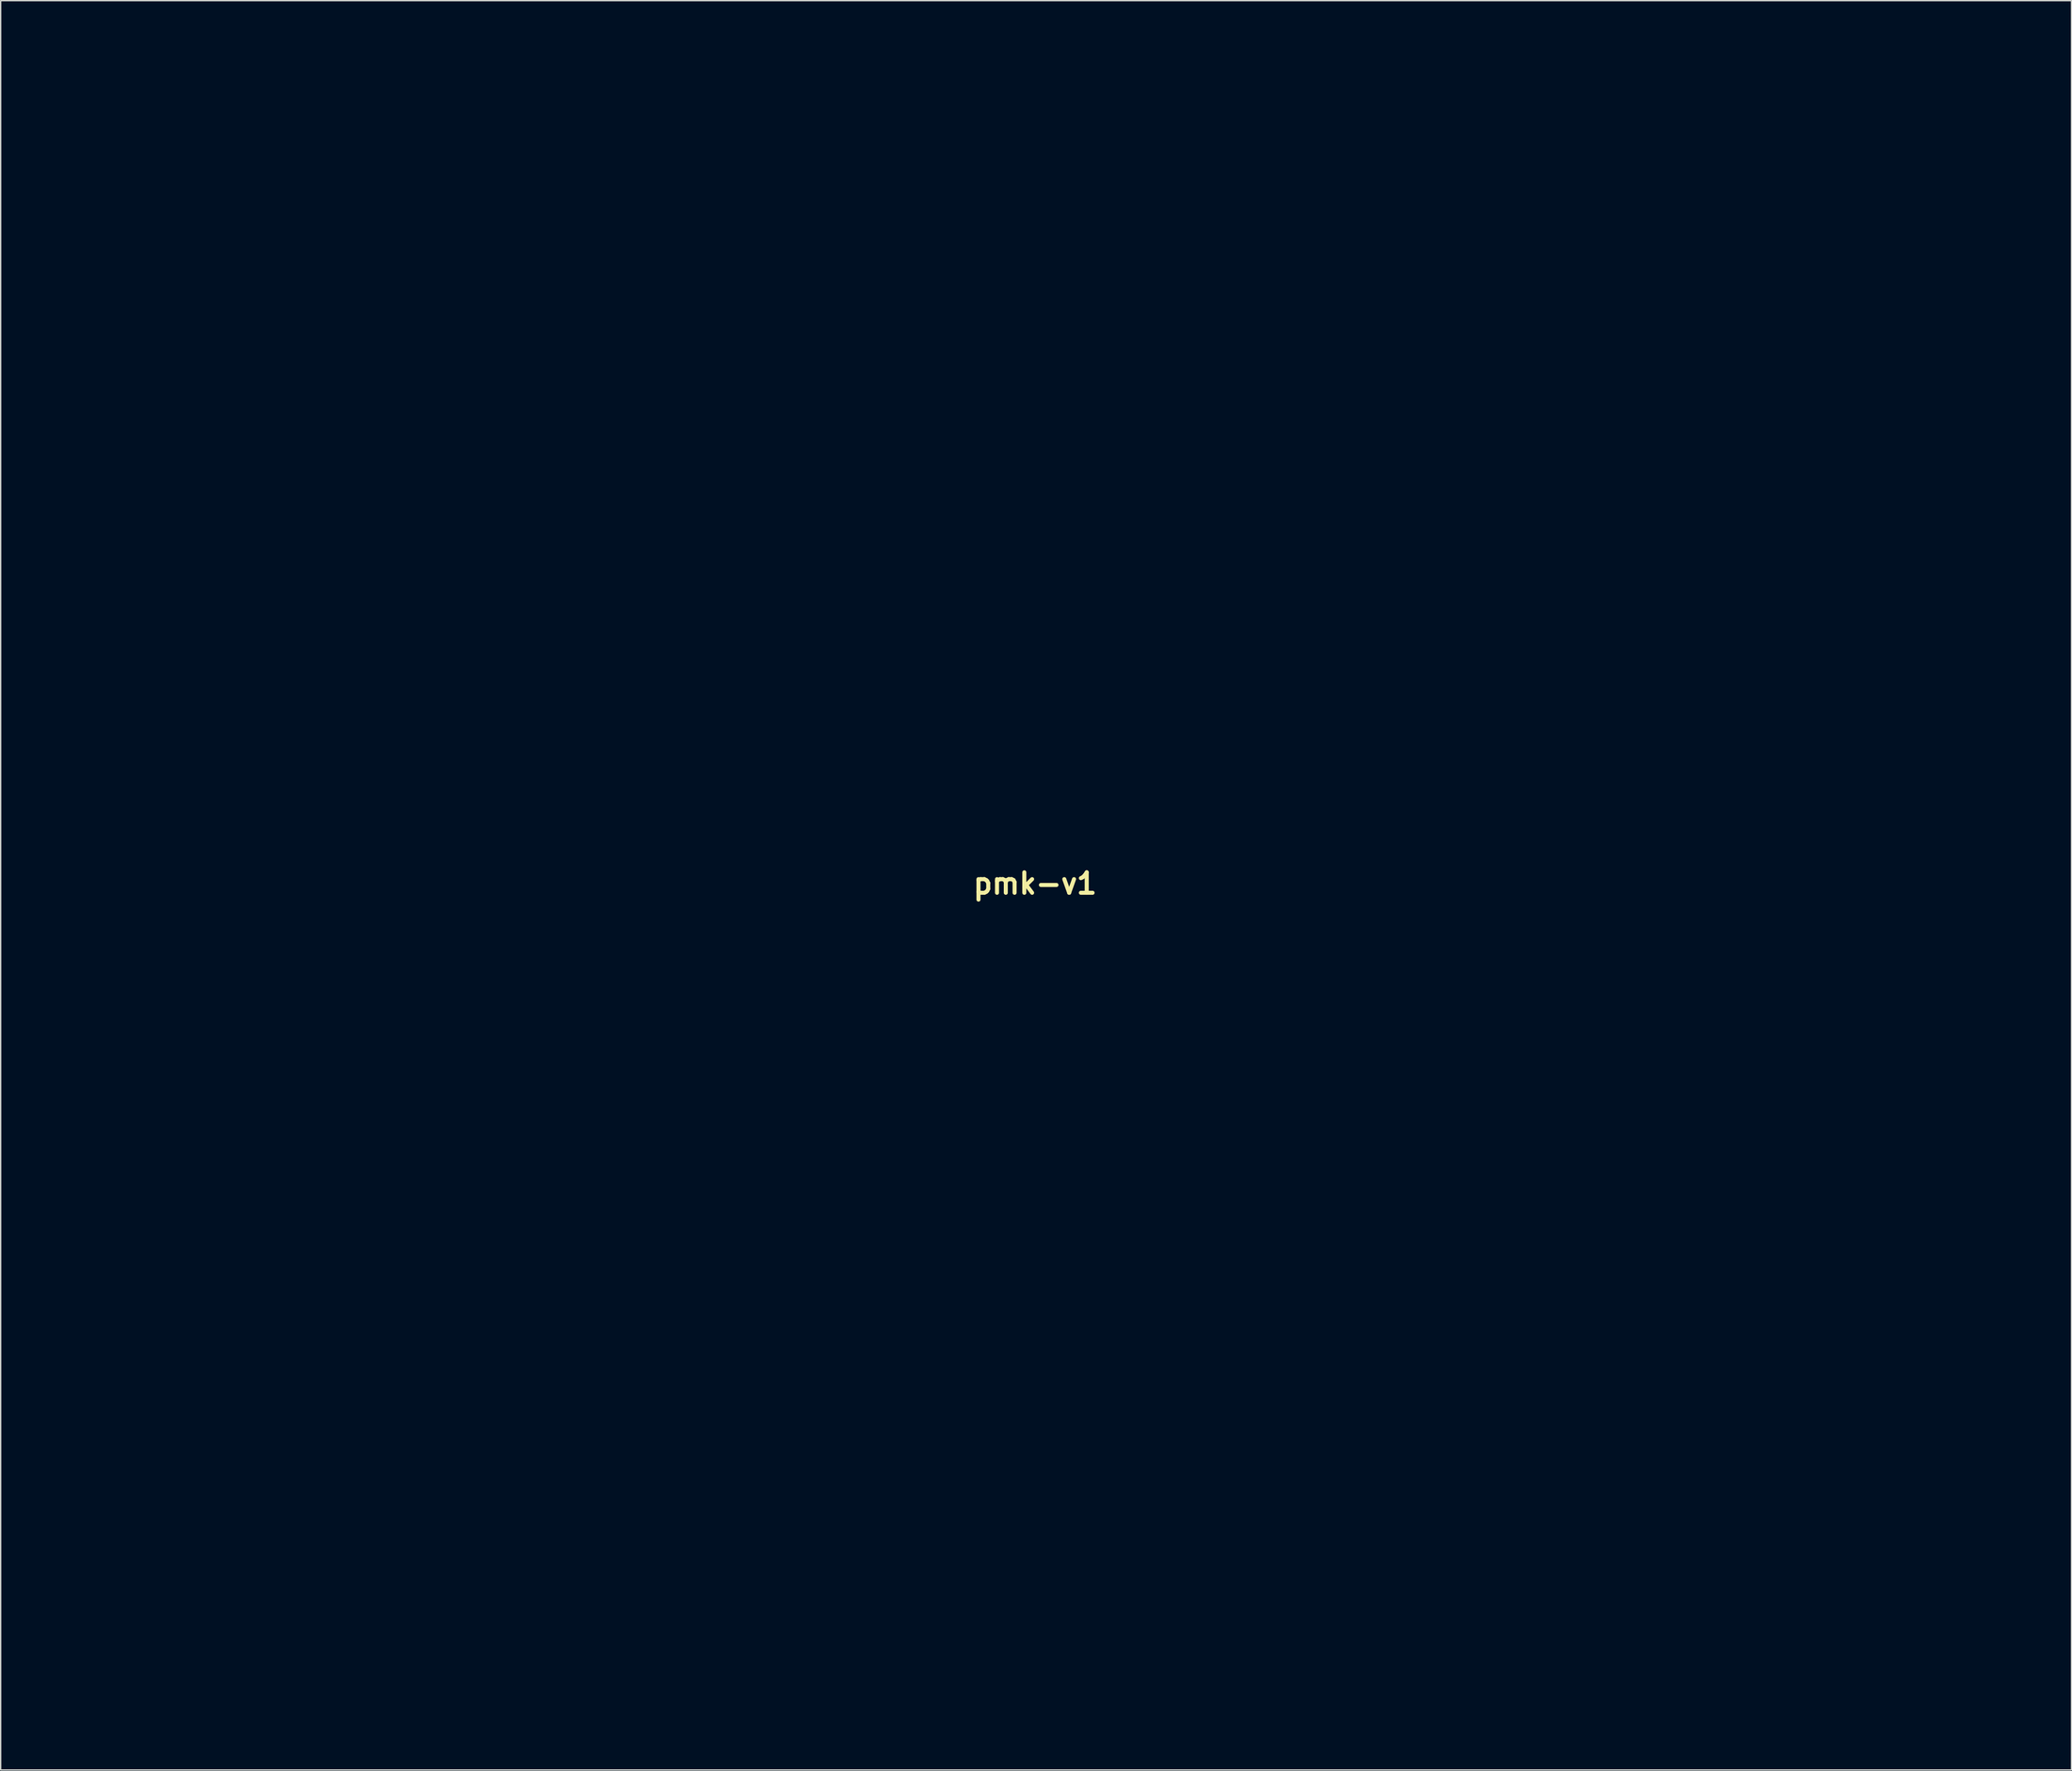
<source format=kicad_pcb>
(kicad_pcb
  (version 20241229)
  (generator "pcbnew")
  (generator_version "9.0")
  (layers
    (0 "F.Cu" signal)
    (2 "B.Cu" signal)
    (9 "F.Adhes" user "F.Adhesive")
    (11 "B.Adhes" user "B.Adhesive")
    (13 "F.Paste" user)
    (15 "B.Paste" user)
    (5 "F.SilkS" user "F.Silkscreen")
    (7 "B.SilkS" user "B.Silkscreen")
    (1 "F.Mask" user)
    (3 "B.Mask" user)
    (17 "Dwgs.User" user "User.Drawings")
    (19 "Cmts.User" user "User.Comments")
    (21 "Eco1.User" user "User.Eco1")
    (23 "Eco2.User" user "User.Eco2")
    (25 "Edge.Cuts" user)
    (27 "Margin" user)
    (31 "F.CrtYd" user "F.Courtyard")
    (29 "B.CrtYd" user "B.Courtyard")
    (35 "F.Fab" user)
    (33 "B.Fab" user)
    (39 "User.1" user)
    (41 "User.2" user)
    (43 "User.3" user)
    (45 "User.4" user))
  (footprint "pmk-v1"
    (layer "F.Cu")
    (at 73.993 62.707)
    (property "Reference" "pmk-v1" (at 0 0 0) (layer "F.SilkS") (effects (font (size 1.524 1.524) (thickness 0.3))))
    (attr board_only exclude_from_pos_files exclude_from_bom)
    (fp_poly (pts (xy -66.964 -0.144) (xy -67.108 0) (xy -67.252 -0.144) (xy -67.108 -0.289)) (stroke (width 0.1) (type solid)) (fill no) (layer "Eco1.User"))
    (fp_poly (pts (xy -47.625 6.783) (xy -47.769 6.927) (xy -47.914 6.783) (xy -47.769 6.639)) (stroke (width 0.1) (type solid)) (fill no) (layer "Eco1.User"))
    (fp_poly (pts (xy -47.336 -15.731) (xy -47.481 -15.586) (xy -47.625 -15.731) (xy -47.481 -15.875)) (stroke (width 0.1) (type solid)) (fill no) (layer "Eco1.User"))
    (fp_poly (pts (xy -31.847 -43.656) (xy -31.809 -43.065) (xy -31.847 -42.935) (xy -31.953 -42.898) (xy -31.993 -43.295) (xy -31.948 -43.705)) (stroke (width 0.1) (type solid)) (fill no) (layer "Eco1.User"))
    (fp_poly (pts (xy -15.683 -52.724) (xy -15.648 -52.382) (xy -15.683 -52.339) (xy -15.854 -52.379) (xy -15.875 -52.532) (xy -15.769 -52.769)) (stroke (width 0.1) (type solid)) (fill no) (layer "Eco1.User"))
    (fp_poly (pts (xy 46.952 28.383) (xy 46.986 28.725) (xy 46.952 28.767) (xy 46.78 28.728) (xy 46.759 28.575) (xy 46.865 28.337)) (stroke (width 0.1) (type solid)) (fill no) (layer "Eco1.User"))
    (fp_poly (pts (xy 47.529 48.01) (xy 47.489 48.181) (xy 47.336 48.202) (xy 47.099 48.097) (xy 47.144 48.01) (xy 47.486 47.975)) (stroke (width 0.1) (type solid)) (fill no) (layer "Eco1.User"))
    (fp_poly (pts (xy 48.106 30.692) (xy 48.066 30.863) (xy 47.914 30.884) (xy 47.676 30.778) (xy 47.721 30.692) (xy 48.064 30.657)) (stroke (width 0.1) (type solid)) (fill no) (layer "Eco1.User"))
    (fp_poly (pts (xy -0.246 -50.463) (xy -0.123 -50.134) (xy -0.278 -49.781) (xy -0.433 -49.742) (xy -0.717 -49.969) (xy -0.734 -50.199) (xy -0.53 -50.564)) (stroke (width 0.1) (type solid)) (fill no) (layer "Eco1.User"))
    (fp_poly (pts (xy 40.387 25.949) (xy 40.639 26.279) (xy 40.88 26.755) (xy 40.772 26.785) (xy 40.403 26.403) (xy 40.158 25.99) (xy 40.162 25.839)) (stroke (width 0.1) (type solid)) (fill no) (layer "Eco1.User"))
    (fp_poly (pts (xy -67.048 0.797) (xy -67.002 1.549) (xy -67.054 1.952) (xy -67.132 2.019) (xy -67.176 1.605) (xy -67.179 1.299) (xy -67.151 0.74) (xy -67.086 0.655)) (stroke (width 0.1) (type solid)) (fill no) (layer "Eco1.User"))
    (fp_poly (pts (xy -47.381 7.46) (xy -47.213 7.958) (xy -47.111 8.562) (xy -47.143 8.851) (xy -47.292 8.703) (xy -47.46 8.206) (xy -47.562 7.601) (xy -47.529 7.313)) (stroke (width 0.1) (type solid)) (fill no) (layer "Eco1.User"))
    (fp_poly (pts (xy -31.853 -41.824) (xy -31.839 -41.775) (xy -31.796 -41.146) (xy -31.849 -40.909) (xy -31.944 -40.899) (xy -31.983 -41.351) (xy -31.982 -41.419) (xy -31.941 -41.867)) (stroke (width 0.1) (type solid)) (fill no) (layer "Eco1.User"))
    (fp_poly (pts (xy -30.992 -49.805) (xy -30.856 -49.389) (xy -31.013 -49.176) (xy -31.429 -49.04) (xy -31.643 -49.197) (xy -31.778 -49.613) (xy -31.621 -49.827) (xy -31.205 -49.962)) (stroke (width 0.1) (type solid)) (fill no) (layer "Eco1.User"))
    (fp_poly (pts (xy 29.441 18.362) (xy 29.281 18.799) (xy 29.017 19.211) (xy 28.703 19.531) (xy 28.593 19.483) (xy 28.753 19.047) (xy 29.017 18.634) (xy 29.331 18.314)) (stroke (width 0.1) (type solid)) (fill no) (layer "Eco1.User"))
    (fp_poly (pts (xy 46.047 28.499) (xy 45.998 28.719) (xy 45.719 29.101) (xy 45.583 29.152) (xy 45.45 28.939) (xy 45.5 28.719) (xy 45.779 28.337) (xy 45.915 28.286)) (stroke (width 0.1) (type solid)) (fill no) (layer "Eco1.User"))
    (fp_poly (pts (xy 46.56 29.661) (xy 46.577 29.791) (xy 46.207 30.017) (xy 46.182 30.018) (xy 45.802 29.813) (xy 45.787 29.791) (xy 45.901 29.606) (xy 46.182 29.565)) (stroke (width 0.1) (type solid)) (fill no) (layer "Eco1.User"))
    (fp_poly (pts (xy 50.837 48.347) (xy 50.421 49.042) (xy 50.084 49.501) (xy 49.614 50.078) (xy 49.897 49.501) (xy 50.313 48.806) (xy 50.65 48.347) (xy 51.12 47.769)) (stroke (width 0.1) (type solid)) (fill no) (layer "Eco1.User"))
    (fp_poly (pts (xy -13.688 -36.773) (xy -13.742 -36.513) (xy -13.941 -35.765) (xy -14.079 -35.53) (xy -14.138 -35.833) (xy -14.139 -35.959) (xy -13.984 -36.666) (xy -13.841 -36.945) (xy -13.669 -37.108)) (stroke (width 0.1) (type solid)) (fill no) (layer "Eco1.User"))
    (fp_poly (pts (xy -46.87 -46.887) (xy -46.889 -46.568) (xy -47.265 -46.279) (xy -47.354 -46.25) (xy -47.616 -46.212) (xy -47.376 -46.414) (xy -47.127 -46.671) (xy -47.376 -46.846) (xy -47.531 -46.978) (xy -47.24 -47.025)) (stroke (width 0.1) (type solid)) (fill no) (layer "Eco1.User"))
    (fp_poly (pts (xy -46.719 -7.633) (xy -46.47 -7.505) (xy -46.183 -7.28) (xy -46.398 -7.225) (xy -46.47 -7.225) (xy -47.088 -7.376) (xy -47.336 -7.505) (xy -47.624 -7.729) (xy -47.409 -7.784) (xy -47.336 -7.784)) (stroke (width 0.1) (type solid)) (fill no) (layer "Eco1.User"))
    (fp_poly (pts (xy 33.8 20.656) (xy 33.892 20.957) (xy 33.716 21.17) (xy 33.19 21.677) (xy 32.944 21.936) (xy 32.775 22.043) (xy 32.905 21.676) (xy 33.028 21.422) (xy 33.407 20.853) (xy 33.743 20.639)) (stroke (width 0.1) (type solid)) (fill no) (layer "Eco1.User"))
    (fp_poly (pts (xy -70.747 -11.429) (xy -70.446 -10.482) (xy -69.994 -10.078) (xy -69.66 -9.918) (xy -69.834 -9.851) (xy -70.211 -9.834) (xy -70.688 -9.859) (xy -70.915 -10.067) (xy -70.974 -10.607) (xy -70.964 -11.185) (xy -70.923 -12.556)) (stroke (width 0.1) (type solid)) (fill no) (layer "Eco1.User"))
    (fp_poly (pts (xy -30.948 -47.022) (xy -30.943 -46.188) (xy -30.961 -45.994) (xy -31.04 -45.422) (xy -31.101 -45.417) (xy -31.124 -45.653) (xy -31.281 -46.271) (xy -31.534 -46.555) (xy -31.749 -46.75) (xy -31.538 -47.065) (xy -31.146 -47.314)) (stroke (width 0.1) (type solid)) (fill no) (layer "Eco1.User"))
    (fp_poly (pts (xy 30.268 18.685) (xy 30.272 19.175) (xy 30.04 19.717) (xy 29.827 19.953) (xy 29.507 20.186) (xy 29.528 20.021) (xy 29.696 19.693) (xy 29.899 19.098) (xy 29.87 18.755) (xy 29.899 18.494) (xy 30.001 18.473)) (stroke (width 0.1) (type solid)) (fill no) (layer "Eco1.User"))
    (fp_poly (pts (xy 31.399 19.011) (xy 31.359 19.475) (xy 31.255 19.588) (xy 30.9 19.971) (xy 30.652 20.349) (xy 30.4 20.706) (xy 30.316 20.695) (xy 30.423 20.24) (xy 30.696 19.683) (xy 31.026 19.199) (xy 31.302 18.957)) (stroke (width 0.1) (type solid)) (fill no) (layer "Eco1.User"))
    (fp_poly (pts (xy 42.877 26.385) (xy 42.633 26.942) (xy 42.287 27.498) (xy 41.962 27.824) (xy 41.944 27.832) (xy 41.86 27.703) (xy 42.051 27.221) (xy 42.196 26.959) (xy 42.588 26.356) (xy 42.854 26.062) (xy 42.895 26.058)) (stroke (width 0.1) (type solid)) (fill no) (layer "Eco1.User"))
    (fp_poly (pts (xy 43.601 26.459) (xy 43.633 26.49) (xy 43.809 27.001) (xy 43.566 27.56) (xy 42.998 27.952) (xy 42.991 27.955) (xy 42.818 27.924) (xy 43.101 27.574) (xy 43.442 26.994) (xy 43.439 26.589) (xy 43.366 26.287)) (stroke (width 0.1) (type solid)) (fill no) (layer "Eco1.User"))
    (fp_poly (pts (xy 48.914 47.441) (xy 48.627 48.038) (xy 48.508 48.242) (xy 48.14 48.794) (xy 47.932 49.009) (xy 47.915 48.982) (xy 48.032 48.564) (xy 48.311 47.983) (xy 48.637 47.441) (xy 48.896 47.138) (xy 48.961 47.133)) (stroke (width 0.1) (type solid)) (fill no) (layer "Eco1.User"))
    (fp_poly (pts (xy 49.868 48.056) (xy 49.987 48.172) (xy 50.165 48.423) (xy 50.026 48.384) (xy 49.633 48.45) (xy 49.232 48.839) (xy 48.911 49.209) (xy 48.78 49.188) (xy 48.937 48.741) (xy 49.193 48.33) (xy 49.555 47.958)) (stroke (width 0.1) (type solid)) (fill no) (layer "Eco1.User"))
    (fp_poly (pts (xy 56.743 33.399) (xy 56.518 33.887) (xy 56.186 34.461) (xy 55.858 34.925) (xy 55.708 35.068) (xy 55.656 34.967) (xy 55.865 34.501) (xy 56.023 34.221) (xy 56.427 33.583) (xy 56.706 33.223) (xy 56.753 33.193)) (stroke (width 0.1) (type solid)) (fill no) (layer "Eco1.User"))
    (fp_poly (pts (xy 57.376 34.02) (xy 57.336 34.484) (xy 57.233 34.598) (xy 56.877 34.98) (xy 56.629 35.358) (xy 56.378 35.715) (xy 56.293 35.704) (xy 56.4 35.249) (xy 56.674 34.693) (xy 57.004 34.208) (xy 57.279 33.966)) (stroke (width 0.1) (type solid)) (fill no) (layer "Eco1.User"))
    (fp_poly (pts (xy -70.729 -31.373) (xy -70.677 -30.954) (xy -70.629 -30.074) (xy -70.623 -29.946) (xy -70.645 -29.146) (xy -70.77 -28.89) (xy -70.935 -29.189) (xy -71.06 -29.878) (xy -71.08 -30.66) (xy -70.97 -31.215) (xy -70.951 -31.249) (xy -70.812 -31.437)) (stroke (width 0.1) (type solid)) (fill no) (layer "Eco1.User"))
    (fp_poly (pts (xy -44.569 -54.609) (xy -44.503 -54.164) (xy -44.478 -53.309) (xy -44.535 -52.744) (xy -44.621 -52.548) (xy -44.683 -52.892) (xy -44.699 -53.198) (xy -44.782 -53.915) (xy -44.979 -54.126) (xy -45.099 -54.081) (xy -45.233 -54.086) (xy -45.027 -54.401) (xy -44.71 -54.741)) (stroke (width 0.1) (type solid)) (fill no) (layer "Eco1.User"))
    (fp_poly (pts (xy -16.223 -36.989) (xy -16.164 -36.57) (xy -16.032 -35.905) (xy -15.843 -35.585) (xy -15.624 -35.09) (xy -15.645 -34.892) (xy -15.844 -34.709) (xy -15.936 -34.795) (xy -16.18 -35.358) (xy -16.381 -36.079) (xy -16.498 -36.753) (xy -16.488 -37.178) (xy -16.429 -37.234)) (stroke (width 0.1) (type solid)) (fill no) (layer "Eco1.User"))
    (fp_poly (pts (xy -66.159 -46.332) (xy -66.331 -46.257) (xy -66.631 -45.929) (xy -66.608 -45.438) (xy -66.33 -45.047) (xy -65.997 -44.974) (xy -65.633 -44.931) (xy -65.653 -44.758) (xy -66.101 -44.469) (xy -66.619 -44.577) (xy -66.853 -44.866) (xy -66.945 -45.565) (xy -66.742 -46.136) (xy -66.383 -46.351)) (stroke (width 0.1) (type solid)) (fill no) (layer "Eco1.User"))
    (fp_poly (pts (xy -47.041 0.523) (xy -46.508 0.856) (xy -46.544 1.212) (xy -47.026 1.492) (xy -47.494 1.61) (xy -47.625 1.569) (xy -47.392 1.365) (xy -46.976 1.164) (xy -46.592 0.967) (xy -46.75 0.888) (xy -46.814 0.884) (xy -47.336 0.718) (xy -47.478 0.581) (xy -47.419 0.43)) (stroke (width 0.1) (type solid)) (fill no) (layer "Eco1.User"))
    (fp_poly (pts (xy -46.851 -11.998) (xy -46.767 -11.848) (xy -46.553 -11.319) (xy -46.556 -11.075) (xy -46.748 -11.186) (xy -46.883 -11.453) (xy -47.08 -11.791) (xy -47.309 -11.597) (xy -47.347 -11.537) (xy -47.569 -11.313) (xy -47.616 -11.401) (xy -47.474 -11.884) (xy -47.363 -12.09) (xy -47.121 -12.288)) (stroke (width 0.1) (type solid)) (fill no) (layer "Eco1.User"))
    (fp_poly (pts (xy 31.625 -33.389) (xy 31.784 -33.322) (xy 31.694 -33.286) (xy 31.312 -32.929) (xy 31.107 -32.076) (xy 31.095 -31.948) (xy 30.985 -30.74) (xy 30.935 -31.945) (xy 30.817 -32.808) (xy 30.527 -33.223) (xy 30.379 -33.283) (xy 30.309 -33.362) (xy 30.722 -33.409) (xy 31.028 -33.415)) (stroke (width 0.1) (type solid)) (fill no) (layer "Eco1.User"))
    (fp_poly (pts (xy 15.506 -48.345) (xy 15.37 -48.281) (xy 15.095 -47.934) (xy 15.009 -47.44) (xy 15.088 -46.93) (xy 15.424 -46.86) (xy 15.623 -46.915) (xy 16.052 -46.976) (xy 16.038 -46.79) (xy 15.589 -46.492) (xy 15.07 -46.594) (xy 14.831 -46.887) (xy 14.739 -47.586) (xy 14.942 -48.157) (xy 15.301 -48.371)) (stroke (width 0.1) (type solid)) (fill no) (layer "Eco1.User"))
    (fp_poly (pts (xy 51.286 12.982) (xy 51.324 13.608) (xy 51.075 14.143) (xy 50.898 14.321) (xy 50.919 14.003) (xy 50.967 13.782) (xy 50.978 13.16) (xy 50.692 12.985) (xy 50.211 13.29) (xy 50.033 13.494) (xy 49.783 13.783) (xy 49.799 13.631) (xy 49.96 13.24) (xy 50.347 12.683) (xy 50.83 12.624)) (stroke (width 0.1) (type solid)) (fill no) (layer "Eco1.User"))
    (fp_poly (pts (xy -46.343 4.068) (xy -46.74 4.307) (xy -46.993 4.348) (xy -47.225 4.413) (xy -46.918 4.591) (xy -46.831 4.627) (xy -46.334 4.882) (xy -46.182 5.042) (xy -46.202 5.157) (xy -46.38 5.131) (xy -46.894 4.931) (xy -46.994 4.891) (xy -47.463 4.565) (xy -47.375 4.231) (xy -46.763 3.958) (xy -46.37 3.938)) (stroke (width 0.1) (type solid)) (fill no) (layer "Eco1.User"))
    (fp_poly (pts (xy -31.722 -3.711) (xy -31.583 -3.536) (xy -31.274 -3.203) (xy -31.007 -3.313) (xy -30.767 -3.608) (xy -30.413 -4.013) (xy -30.349 -3.931) (xy -30.573 -3.375) (xy -30.884 -2.742) (xy -31.252 -2.108) (xy -31.437 -2.016) (xy -31.461 -2.184) (xy -31.624 -2.857) (xy -31.911 -3.399) (xy -32.178 -3.906) (xy -32.082 -4.023)) (stroke (width 0.1) (type solid)) (fill no) (layer "Eco1.User"))
    (fp_poly (pts (xy -69.052 -0.123) (xy -68.613 0.239) (xy -68.335 0.373) (xy -67.95 0.762) (xy -67.864 1.506) (xy -67.898 2.453) (xy -68.08 1.611) (xy -68.349 0.885) (xy -68.668 0.673) (xy -68.945 0.987) (xy -69.063 1.498) (xy -69.133 1.917) (xy -69.183 1.803) (xy -69.218 1.136) (xy -69.222 1.01) (xy -69.209 0.257) (xy -69.13 -0.13)) (stroke (width 0.1) (type solid)) (fill no) (layer "Eco1.User"))
    (fp_poly (pts (xy -46.687 -54.798) (xy -46.097 -54.762) (xy -46.058 -54.717) (xy -46.543 -54.634) (xy -47.186 -54.419) (xy -47.278 -54.1) (xy -46.807 -53.747) (xy -46.687 -53.695) (xy -46.038 -53.434) (xy -46.667 -53.416) (xy -47.24 -53.165) (xy -47.421 -52.748) (xy -47.498 -52.621) (xy -47.561 -52.991) (xy -47.586 -53.47) (xy -47.592 -54.295) (xy -47.481 -54.692) (xy -47.154 -54.807)) (stroke (width 0.1) (type solid)) (fill no) (layer "Eco1.User"))
    (fp_poly (pts (xy -31.101 -58.55) (xy -30.511 -58.514) (xy -30.472 -58.469) (xy -30.956 -58.386) (xy -31.6 -58.171) (xy -31.691 -57.852) (xy -31.221 -57.499) (xy -31.101 -57.448) (xy -30.451 -57.187) (xy -31.08 -57.168) (xy -31.653 -56.917) (xy -31.835 -56.501) (xy -31.912 -56.373) (xy -31.974 -56.743) (xy -31.999 -57.222) (xy -32.006 -58.048) (xy -31.895 -58.444) (xy -31.567 -58.56)) (stroke (width 0.1) (type solid)) (fill no) (layer "Eco1.User"))
    (fp_poly (pts (xy -15.514 -60.57) (xy -14.924 -60.535) (xy -14.886 -60.49) (xy -15.37 -60.407) (xy -16.013 -60.192) (xy -16.105 -59.872) (xy -15.635 -59.52) (xy -15.514 -59.468) (xy -14.865 -59.207) (xy -15.494 -59.189) (xy -16.067 -58.938) (xy -16.249 -58.521) (xy -16.325 -58.394) (xy -16.388 -58.763) (xy -16.413 -59.243) (xy -16.419 -60.068) (xy -16.309 -60.465) (xy -15.981 -60.58)) (stroke (width 0.1) (type solid)) (fill no) (layer "Eco1.User"))
    (fp_poly (pts (xy -14.935 -37.226) (xy -14.767 -36.845) (xy -14.56 -36.18) (xy -14.373 -35.453) (xy -14.264 -34.887) (xy -14.268 -34.704) (xy -14.414 -34.878) (xy -14.649 -35.443) (xy -14.736 -35.695) (xy -14.98 -36.352) (xy -15.148 -36.516) (xy -15.31 -36.249) (xy -15.322 -36.219) (xy -15.5 -35.903) (xy -15.562 -36.08) (xy -15.471 -36.565) (xy -15.247 -37.031) (xy -15.01 -37.257)) (stroke (width 0.1) (type solid)) (fill no) (layer "Eco1.User"))
    (fp_poly (pts (xy 0.072 -58.55) (xy 0.662 -58.514) (xy 0.701 -58.469) (xy 0.216 -58.386) (xy -0.427 -58.171) (xy -0.519 -57.852) (xy -0.048 -57.499) (xy 0.072 -57.448) (xy 0.722 -57.187) (xy 0.092 -57.168) (xy -0.481 -56.917) (xy -0.662 -56.501) (xy -0.739 -56.373) (xy -0.802 -56.743) (xy -0.827 -57.222) (xy -0.833 -58.048) (xy -0.722 -58.444) (xy -0.395 -58.56)) (stroke (width 0.1) (type solid)) (fill no) (layer "Eco1.User"))
    (fp_poly (pts (xy 15.659 -56.529) (xy 16.249 -56.494) (xy 16.287 -56.449) (xy 15.803 -56.366) (xy 15.16 -56.151) (xy 15.068 -55.831) (xy 15.538 -55.479) (xy 15.659 -55.427) (xy 16.308 -55.166) (xy 15.679 -55.148) (xy 15.106 -54.897) (xy 14.924 -54.48) (xy 14.847 -54.353) (xy 14.785 -54.723) (xy 14.76 -55.202) (xy 14.754 -56.027) (xy 14.864 -56.424) (xy 15.192 -56.539)) (stroke (width 0.1) (type solid)) (fill no) (layer "Eco1.User"))
    (fp_poly (pts (xy 15.659 -17.852) (xy 16.249 -17.817) (xy 16.287 -17.772) (xy 15.803 -17.689) (xy 15.16 -17.474) (xy 15.068 -17.154) (xy 15.538 -16.801) (xy 15.659 -16.75) (xy 16.308 -16.489) (xy 15.679 -16.471) (xy 15.106 -16.22) (xy 14.924 -15.803) (xy 14.847 -15.676) (xy 14.785 -16.045) (xy 14.76 -16.524) (xy 14.754 -17.35) (xy 14.864 -17.746) (xy 15.192 -17.862)) (stroke (width 0.1) (type solid)) (fill no) (layer "Eco1.User"))
    (fp_poly (pts (xy 31.245 -56.529) (xy 31.835 -56.494) (xy 31.874 -56.449) (xy 31.389 -56.366) (xy 30.746 -56.151) (xy 30.654 -55.831) (xy 31.124 -55.479) (xy 31.245 -55.427) (xy 31.894 -55.166) (xy 31.265 -55.148) (xy 30.692 -54.897) (xy 30.511 -54.48) (xy 30.434 -54.353) (xy 30.371 -54.723) (xy 30.346 -55.202) (xy 30.34 -56.027) (xy 30.451 -56.424) (xy 30.778 -56.539)) (stroke (width 0.1) (type solid)) (fill no) (layer "Eco1.User"))
    (fp_poly (pts (xy 47.838 46.136) (xy 48.086 46.406) (xy 48.073 46.573) (xy 48.012 46.478) (xy 47.611 46.197) (xy 47.038 46.272) (xy 46.537 46.657) (xy 46.461 46.778) (xy 46.293 47.392) (xy 46.486 47.788) (xy 46.706 48.129) (xy 46.685 48.202) (xy 46.406 48.009) (xy 46.175 47.761) (xy 45.949 47.12) (xy 46.154 46.48) (xy 46.673 46.033) (xy 47.244 45.946)) (stroke (width 0.1) (type solid)) (fill no) (layer "Eco1.User"))
    (fp_poly (pts (xy 49.215 10.795) (xy 49.699 11.099) (xy 50.367 11.578) (xy 49.573 11.386) (xy 48.947 11.359) (xy 48.789 11.611) (xy 49.142 12.032) (xy 49.285 12.13) (xy 49.622 12.364) (xy 49.455 12.348) (xy 49.248 12.284) (xy 48.605 12.293) (xy 48.31 12.442) (xy 47.981 12.631) (xy 47.914 12.581) (xy 48.056 12.231) (xy 48.413 11.591) (xy 48.878 10.848) (xy 48.962 10.722)) (stroke (width 0.1) (type solid)) (fill no) (layer "Eco1.User"))
    (fp_poly (pts (xy -15.31 -49.172) (xy -15.105 -48.704) (xy -15.352 -48.056) (xy -15.578 -47.778) (xy -16.22 -47.095) (xy -15.542 -46.966) (xy -15.121 -46.873) (xy -15.234 -46.825) (xy -15.659 -46.798) (xy -16.234 -46.855) (xy -16.452 -47.031) (xy -16.243 -47.422) (xy -16.165 -47.48) (xy -15.804 -47.862) (xy -15.575 -48.223) (xy -15.44 -48.688) (xy -15.76 -48.979) (xy -15.935 -49.055) (xy -16.597 -49.32) (xy -15.938 -49.339)) (stroke (width 0.1) (type solid)) (fill no) (layer "Eco1.User"))
    (fp_poly (pts (xy 31.151 -45.482) (xy 30.904 -45.385) (xy 30.714 -45.207) (xy 30.995 -44.877) (xy 31.154 -44.753) (xy 31.628 -44.216) (xy 31.62 -43.629) (xy 31.274 -43.132) (xy 30.803 -43.016) (xy 30.471 -43.263) (xy 30.562 -43.458) (xy 30.815 -43.479) (xy 31.238 -43.646) (xy 31.317 -43.873) (xy 31.084 -44.216) (xy 30.796 -44.263) (xy 30.402 -44.389) (xy 30.363 -44.837) (xy 30.607 -45.343) (xy 30.884 -45.485)) (stroke (width 0.1) (type solid)) (fill no) (layer "Eco1.User"))
    (fp_poly (pts (xy 45.198 27.228) (xy 45.464 27.628) (xy 45.296 28.33) (xy 45.262 28.399) (xy 44.945 28.905) (xy 44.634 28.954) (xy 44.221 28.7) (xy 43.802 28.285) (xy 43.741 27.978) (xy 44.071 27.713) (xy 44.296 27.85) (xy 44.266 28.142) (xy 44.227 28.523) (xy 44.509 28.487) (xy 44.904 28.163) (xy 45.274 27.691) (xy 45.136 27.455) (xy 44.666 27.387) (xy 44.257 27.343) (xy 44.399 27.257) (xy 44.553 27.216)) (stroke (width 0.1) (type solid)) (fill no) (layer "Eco1.User"))
    (fp_poly (pts (xy -28.795 -58.347) (xy -28.575 -57.901) (xy -28.765 -57.362) (xy -29.008 -57.047) (xy -29.39 -56.581) (xy -29.297 -56.324) (xy -28.936 -56.194) (xy -28.774 -56.093) (xy -29.16 -56.032) (xy -29.224 -56.029) (xy -29.8 -56.081) (xy -30.018 -56.239) (xy -29.825 -56.596) (xy -29.441 -57.006) (xy -28.967 -57.588) (xy -28.878 -58.042) (xy -29.172 -58.246) (xy -29.482 -58.21) (xy -29.885 -58.158) (xy -29.793 -58.357) (xy -29.791 -58.359) (xy -29.294 -58.54)) (stroke (width 0.1) (type solid)) (fill no) (layer "Eco1.User"))
    (fp_poly (pts (xy -13.302 -60.379) (xy -13.084 -59.727) (xy -13.072 -59.26) (xy -13.246 -58.509) (xy -13.595 -58.062) (xy -14.005 -58.014) (xy -14.261 -58.262) (xy -14.183 -58.425) (xy -13.855 -58.388) (xy -13.382 -58.407) (xy -13.277 -58.704) (xy -13.452 -59.109) (xy -13.624 -59.17) (xy -13.824 -59.256) (xy -13.624 -59.517) (xy -13.296 -60.007) (xy -13.447 -60.261) (xy -13.896 -60.23) (xy -14.299 -60.178) (xy -14.207 -60.377) (xy -14.204 -60.379) (xy -13.704 -60.625)) (stroke (width 0.1) (type solid)) (fill no) (layer "Eco1.User"))
    (fp_poly (pts (xy 16.518 -2.069) (xy 16.382 -1.458) (xy 16.232 -1.01) (xy 15.91 -0.252) (xy 15.633 0.216) (xy 15.535 0.289) (xy 15.336 0.038) (xy 15.09 -0.592) (xy 15.001 -0.895) (xy 14.839 -1.659) (xy 14.814 -2.162) (xy 14.844 -2.24) (xy 15.001 -2.108) (xy 15.17 -1.572) (xy 15.187 -1.489) (xy 15.413 -0.775) (xy 15.668 -0.632) (xy 15.917 -1.06) (xy 16.019 -1.443) (xy 16.225 -2.049) (xy 16.456 -2.309) (xy 16.461 -2.309)) (stroke (width 0.1) (type solid)) (fill no) (layer "Eco1.User"))
    (fp_poly (pts (xy 42.281 24.892) (xy 42.396 25.319) (xy 42.355 25.677) (xy 42.268 25.468) (xy 42.231 25.328) (xy 41.872 24.918) (xy 41.498 24.823) (xy 41.088 24.862) (xy 41.139 25.077) (xy 41.375 25.351) (xy 41.737 25.935) (xy 41.842 26.489) (xy 41.669 26.818) (xy 41.547 26.843) (xy 41.372 26.667) (xy 41.414 26.563) (xy 41.395 26.146) (xy 41.111 25.555) (xy 40.808 25.032) (xy 40.846 24.779) (xy 41.099 24.65) (xy 41.794 24.586)) (stroke (width 0.1) (type solid)) (fill no) (layer "Eco1.User"))
    (fp_poly (pts (xy 47.786 29.147) (xy 47.759 29.219) (xy 47.836 29.678) (xy 48.074 29.84) (xy 48.413 29.878) (xy 48.362 29.516) (xy 48.281 29.189) (xy 48.5 29.337) (xy 48.506 29.344) (xy 48.729 29.801) (xy 48.518 30.098) (xy 48.018 30.068) (xy 47.917 30.02) (xy 47.463 29.895) (xy 47.248 30.231) (xy 47.246 30.236) (xy 47.142 30.514) (xy 47.088 30.244) (xy 47.081 30.126) (xy 47.247 29.457) (xy 47.487 29.147) (xy 47.802 28.933)) (stroke (width 0.1) (type solid)) (fill no) (layer "Eco1.User"))
    (fp_poly (pts (xy 0.21 -47.132) (xy 0.396 -46.727) (xy 0.433 -46.042) (xy 0.355 -45.221) (xy 0.091 -44.845) (xy -0.045 -44.799) (xy -0.557 -44.873) (xy -0.71 -45.008) (xy -0.683 -45.193) (xy -0.477 -45.149) (xy 0.014 -45.201) (xy 0.166 -45.351) (xy 0.201 -45.726) (xy 0.082 -45.818) (xy -0.1 -46.137) (xy -0.067 -46.533) (xy -0.03 -46.969) (xy -0.32 -46.985) (xy -0.387 -46.961) (xy -0.785 -46.942) (xy -0.866 -47.077) (xy -0.627 -47.275) (xy -0.216 -47.284)) (stroke (width 0.1) (type solid)) (fill no) (layer "Eco1.User"))
    (fp_poly (pts (xy 63.904 23.485) (xy 64.599 23.753) (xy 65.081 23.954) (xy 66.422 24.529) (xy 65.691 25.756) (xy 65.225 26.478) (xy 64.854 26.951) (xy 64.735 27.045) (xy 64.405 26.91) (xy 63.81 26.493) (xy 63.409 26.166) (xy 62.308 25.224) (xy 62.454 24.967) (xy 63.789 24.967) (xy 63.933 25.111) (xy 64.077 24.967) (xy 63.933 24.823) (xy 63.789 24.967) (xy 62.454 24.967) (xy 62.832 24.304) (xy 63.222 23.701) (xy 63.514 23.392) (xy 63.548 23.381)) (stroke (width 0.1) (type solid)) (fill no) (layer "Eco1.User"))
    (fp_poly (pts (xy -69.958 0.406) (xy -69.85 0.568) (xy -70.062 0.727) (xy -70.283 0.682) (xy -70.654 0.694) (xy -70.716 0.835) (xy -70.481 1.115) (xy -70.262 1.155) (xy -69.933 1.337) (xy -69.929 1.733) (xy -70.201 2.117) (xy -70.503 2.255) (xy -70.923 2.198) (xy -71.005 2.051) (xy -70.794 1.874) (xy -70.572 1.916) (xy -70.2 1.918) (xy -70.139 1.794) (xy -70.369 1.45) (xy -70.572 1.339) (xy -70.958 0.986) (xy -70.937 0.555) (xy -70.544 0.297) (xy -70.427 0.289)) (stroke (width 0.1) (type solid)) (fill no) (layer "Eco1.User"))
    (fp_poly (pts (xy -69.658 -15.779) (xy -69.143 -15.488) (xy -69.032 -15.298) (xy -68.987 -15.019) (xy -69.237 -15.153) (xy -69.366 -15.258) (xy -69.98 -15.529) (xy -70.454 -15.352) (xy -70.69 -14.855) (xy -70.592 -14.165) (xy -70.432 -13.855) (xy -70.157 -13.579) (xy -69.767 -13.672) (xy -69.498 -13.829) (xy -69.056 -14.085) (xy -69.036 -14.009) (xy -69.236 -13.757) (xy -69.843 -13.316) (xy -70.455 -13.452) (xy -70.658 -13.624) (xy -70.96 -14.273) (xy -70.935 -15.091) (xy -70.751 -15.539) (xy -70.291 -15.81)) (stroke (width 0.1) (type solid)) (fill no) (layer "Eco1.User"))
    (fp_poly (pts (xy -67.649 -46.353) (xy -67.541 -46.191) (xy -67.752 -46.032) (xy -67.974 -46.077) (xy -68.345 -46.065) (xy -68.407 -45.924) (xy -68.172 -45.645) (xy -67.953 -45.605) (xy -67.624 -45.422) (xy -67.62 -45.026) (xy -67.892 -44.642) (xy -68.194 -44.504) (xy -68.614 -44.561) (xy -68.695 -44.708) (xy -68.485 -44.885) (xy -68.263 -44.843) (xy -67.891 -44.841) (xy -67.83 -44.966) (xy -68.06 -45.309) (xy -68.263 -45.42) (xy -68.649 -45.773) (xy -68.628 -46.204) (xy -68.235 -46.462) (xy -68.118 -46.47)) (stroke (width 0.1) (type solid)) (fill no) (layer "Eco1.User"))
    (fp_poly (pts (xy -64.724 -12.221) (xy -64.415 -11.834) (xy -64.369 -11.555) (xy -64.618 -11.689) (xy -64.748 -11.794) (xy -65.362 -12.065) (xy -65.835 -11.889) (xy -66.072 -11.392) (xy -65.974 -10.702) (xy -65.813 -10.391) (xy -65.524 -10.114) (xy -65.106 -10.231) (xy -64.921 -10.341) (xy -64.481 -10.574) (xy -64.395 -10.464) (xy -64.429 -10.341) (xy -64.808 -9.969) (xy -65.424 -9.884) (xy -65.996 -10.118) (xy -66.029 -10.149) (xy -66.349 -10.813) (xy -66.299 -11.588) (xy -65.967 -12.111) (xy -65.334 -12.364)) (stroke (width 0.1) (type solid)) (fill no) (layer "Eco1.User"))
    (fp_poly (pts (xy -61.973 -12.262) (xy -62.331 -11.904) (xy -62.335 -11.901) (xy -62.966 -11.39) (xy -62.346 -10.602) (xy -62.015 -10.087) (xy -61.987 -9.823) (xy -62.026 -9.814) (xy -62.384 -10.039) (xy -62.634 -10.391) (xy -63.04 -10.897) (xy -63.38 -10.843) (xy -63.585 -10.319) (xy -63.654 -10.2) (xy -63.702 -10.577) (xy -63.716 -11.113) (xy -63.697 -11.825) (xy -63.642 -12.131) (xy -63.59 -12.051) (xy -63.324 -11.595) (xy -62.912 -11.698) (xy -62.634 -11.978) (xy -62.201 -12.342) (xy -61.989 -12.411)) (stroke (width 0.1) (type solid)) (fill no) (layer "Eco1.User"))
    (fp_poly (pts (xy 0.828 -3.805) (xy 0.986 -3.567) (xy 1.059 -3.256) (xy 0.811 -3.39) (xy 0.732 -3.455) (xy 0.141 -3.709) (xy -0.316 -3.519) (xy -0.545 -3.016) (xy -0.452 -2.332) (xy -0.293 -2.02) (xy -0.019 -1.745) (xy 0.371 -1.838) (xy 0.641 -1.995) (xy 1.083 -2.251) (xy 1.102 -2.175) (xy 0.903 -1.923) (xy 0.296 -1.482) (xy -0.316 -1.618) (xy -0.52 -1.79) (xy -0.857 -2.456) (xy -0.785 -3.188) (xy -0.379 -3.784) (xy 0.287 -4.041) (xy 0.315 -4.041)) (stroke (width 0.1) (type solid)) (fill no) (layer "Eco1.User"))
    (fp_poly (pts (xy -64.597 -15.811) (xy -64.4 -15.535) (xy -64.418 -15.226) (xy -64.745 -14.642) (xy -65.142 -14.486) (xy -65.725 -14.146) (xy -65.896 -13.765) (xy -65.972 -13.647) (xy -66.034 -14.025) (xy -66.058 -14.504) (xy -66.061 -15.132) (xy -65.809 -15.132) (xy -65.613 -14.817) (xy -65.194 -14.802) (xy -64.808 -15.066) (xy -64.727 -15.226) (xy -64.859 -15.517) (xy -65.208 -15.586) (xy -65.704 -15.403) (xy -65.809 -15.132) (xy -66.061 -15.132) (xy -66.062 -15.33) (xy -65.948 -15.733) (xy -65.622 -15.863) (xy -65.212 -15.875)) (stroke (width 0.1) (type solid)) (fill no) (layer "Eco1.User"))
    (fp_poly (pts (xy -15.085 -30.258) (xy -15.164 -30.15) (xy -15.586 -29.961) (xy -16.308 -29.651) (xy -15.586 -29.431) (xy -14.865 -29.21) (xy -15.586 -29.161) (xy -16.067 -29.106) (xy -16.007 -29) (xy -15.731 -28.882) (xy -15.153 -28.653) (xy -15.731 -28.514) (xy -16.094 -28.392) (xy -15.977 -28.242) (xy -15.586 -28.06) (xy -15.206 -27.836) (xy -15.29 -27.732) (xy -15.298 -27.732) (xy -15.934 -27.868) (xy -16.111 -27.959) (xy -16.533 -28.5) (xy -16.588 -29.198) (xy -16.329 -29.848) (xy -15.808 -30.246) (xy -15.504 -30.289)) (stroke (width 0.1) (type solid)) (fill no) (layer "Eco1.User"))
    (fp_poly (pts (xy 55.366 33.364) (xy 55.356 34.13) (xy 55.216 34.634) (xy 55.009 34.781) (xy 54.796 34.474) (xy 54.752 34.329) (xy 54.492 33.867) (xy 53.96 33.85) (xy 53.92 33.859) (xy 53.581 33.906) (xy 53.628 33.745) (xy 53.891 33.499) (xy 54.552 33.499) (xy 54.772 33.763) (xy 54.841 33.77) (xy 55.094 33.536) (xy 55.13 33.32) (xy 54.99 33.022) (xy 54.841 33.049) (xy 54.563 33.418) (xy 54.552 33.499) (xy 53.891 33.499) (xy 54.092 33.311) (xy 54.264 33.164) (xy 55.274 32.303)) (stroke (width 0.1) (type solid)) (fill no) (layer "Eco1.User"))
    (fp_poly (pts (xy -70.066 -47.004) (xy -69.467 -46.97) (xy -69.421 -46.927) (xy -69.905 -46.845) (xy -69.939 -46.839) (xy -70.521 -46.621) (xy -70.58 -46.292) (xy -70.129 -45.961) (xy -69.829 -45.858) (xy -69.372 -45.717) (xy -69.442 -45.658) (xy -69.946 -45.633) (xy -70.528 -45.487) (xy -70.618 -45.186) (xy -70.231 -44.854) (xy -69.829 -44.703) (xy -69.419 -44.57) (xy -69.511 -44.507) (xy -70.066 -44.479) (xy -70.643 -44.492) (xy -70.916 -44.68) (xy -70.999 -45.198) (xy -71.005 -45.749) (xy -70.983 -46.546) (xy -70.842 -46.917) (xy -70.469 -47.015)) (stroke (width 0.1) (type solid)) (fill no) (layer "Eco1.User"))
    (fp_poly (pts (xy -68.884 -30.781) (xy -68.737 -30.369) (xy -68.729 -29.802) (xy -68.778 -29.242) (xy -68.861 -29.134) (xy -68.894 -29.224) (xy -69.219 -29.654) (xy -69.474 -29.73) (xy -69.763 -29.652) (xy -69.591 -29.332) (xy -69.561 -29.297) (xy -69.379 -28.937) (xy -69.509 -28.864) (xy -69.935 -29.075) (xy -69.994 -29.152) (xy -70.032 -29.636) (xy -69.657 -29.975) (xy -69.4 -30.018) (xy -69.027 -30.198) (xy -68.984 -30.34) (xy -69.213 -30.539) (xy -69.562 -30.512) (xy -69.952 -30.493) (xy -69.978 -30.622) (xy -69.586 -30.842) (xy -69.256 -30.884)) (stroke (width 0.1) (type solid)) (fill no) (layer "Eco1.User"))
    (fp_poly (pts (xy -67.897 -31.296) (xy -67.461 -30.937) (xy -67.161 -30.793) (xy -66.754 -30.397) (xy -66.69 -29.806) (xy -66.93 -29.254) (xy -67.434 -28.978) (xy -67.469 -28.975) (xy -67.866 -29.016) (xy -68.057 -29.289) (xy -68.106 -29.867) (xy -67.836 -29.867) (xy -67.676 -29.386) (xy -67.645 -29.353) (xy -67.298 -29.277) (xy -67.028 -29.63) (xy -66.964 -30.035) (xy -67.149 -30.494) (xy -67.397 -30.595) (xy -67.723 -30.366) (xy -67.836 -29.867) (xy -68.106 -29.867) (xy -68.112 -29.941) (xy -68.114 -30.274) (xy -68.072 -30.986) (xy -67.97 -31.321)) (stroke (width 0.1) (type solid)) (fill no) (layer "Eco1.User"))
    (fp_poly (pts (xy -67.092 -11.993) (xy -66.964 -11.167) (xy -66.964 -11.126) (xy -67.146 -10.309) (xy -67.605 -9.865) (xy -68.212 -9.869) (xy -68.638 -10.16) (xy -68.897 -10.693) (xy -68.962 -11.151) (xy -68.687 -11.151) (xy -68.576 -10.497) (xy -68.243 -10.121) (xy -67.829 -10.184) (xy -67.496 -10.601) (xy -67.397 -11.116) (xy -67.489 -11.749) (xy -67.83 -11.97) (xy -67.97 -11.978) (xy -68.476 -11.742) (xy -68.687 -11.151) (xy -68.962 -11.151) (xy -68.984 -11.309) (xy -68.843 -11.962) (xy -68.332 -12.275) (xy -68.279 -12.289) (xy -67.508 -12.347)) (stroke (width 0.1) (type solid)) (fill no) (layer "Eco1.User"))
    (fp_poly (pts (xy -14.806 -5.881) (xy -14.982 -5.537) (xy -15.185 -4.933) (xy -14.999 -4.359) (xy -14.879 -4.166) (xy -14.6 -3.615) (xy -14.689 -3.482) (xy -15.068 -3.814) (xy -15.194 -3.969) (xy -15.527 -4.316) (xy -15.797 -4.191) (xy -15.979 -3.969) (xy -16.417 -3.518) (xy -16.582 -3.543) (xy -16.398 -3.998) (xy -16.294 -4.166) (xy -15.999 -4.79) (xy -16.099 -5.353) (xy -16.19 -5.537) (xy -16.409 -5.987) (xy -16.311 -6.002) (xy -16.067 -5.81) (xy -15.606 -5.558) (xy -15.164 -5.763) (xy -15.106 -5.81) (xy -14.788 -6.042)) (stroke (width 0.1) (type solid)) (fill no) (layer "Eco1.User"))
    (fp_poly (pts (xy 0.072 -35.17) (xy 0.672 -35.136) (xy 0.718 -35.092) (xy 0.234 -35.01) (xy 0.199 -35.005) (xy -0.382 -34.787) (xy -0.441 -34.458) (xy 0.01 -34.127) (xy 0.31 -34.024) (xy 0.766 -33.883) (xy 0.696 -33.824) (xy 0.192 -33.799) (xy -0.389 -33.653) (xy -0.479 -33.352) (xy -0.092 -33.02) (xy 0.31 -32.869) (xy 0.719 -32.736) (xy 0.627 -32.673) (xy 0.072 -32.645) (xy -0.504 -32.658) (xy -0.777 -32.846) (xy -0.86 -33.364) (xy -0.866 -33.915) (xy -0.844 -34.712) (xy -0.704 -35.083) (xy -0.331 -35.181)) (stroke (width 0.1) (type solid)) (fill no) (layer "Eco1.User"))
    (fp_poly (pts (xy 2.56 -58.078) (xy 2.598 -57.294) (xy 2.54 -56.52) (xy 2.395 -56.055) (xy 2.309 -55.995) (xy 2.029 -56.215) (xy 2.02 -56.284) (xy 1.787 -56.54) (xy 1.587 -56.573) (xy 1.242 -56.635) (xy 1.208 -56.9) (xy 1.219 -56.923) (xy 1.621 -56.923) (xy 1.741 -56.861) (xy 1.989 -57.095) (xy 2.02 -57.294) (xy 1.959 -57.679) (xy 1.907 -57.727) (xy 1.721 -57.502) (xy 1.627 -57.294) (xy 1.621 -56.923) (xy 1.219 -56.923) (xy 1.494 -57.487) (xy 1.65 -57.755) (xy 2.106 -58.407) (xy 2.403 -58.517)) (stroke (width 0.1) (type solid)) (fill no) (layer "Eco1.User"))
    (fp_poly (pts (xy 31.949 20.084) (xy 31.913 20.174) (xy 31.995 20.476) (xy 32.217 20.611) (xy 32.541 20.638) (xy 32.487 20.28) (xy 32.406 19.953) (xy 32.625 20.101) (xy 32.631 20.107) (xy 32.858 20.565) (xy 32.65 20.857) (xy 32.148 20.831) (xy 32.021 20.772) (xy 31.585 20.622) (xy 31.462 20.87) (xy 31.461 20.895) (xy 31.701 21.316) (xy 31.966 21.449) (xy 32.316 21.558) (xy 32.1 21.604) (xy 31.957 21.614) (xy 31.437 21.433) (xy 31.277 21.215) (xy 31.222 20.597) (xy 31.441 20.082) (xy 31.758 19.916)) (stroke (width 0.1) (type solid)) (fill no) (layer "Eco1.User"))
    (fp_poly (pts (xy -30.047 -34.645) (xy -29.863 -33.691) (xy -29.862 -33.664) (xy -29.897 -33.003) (xy -30.152 -32.733) (xy -30.609 -32.679) (xy -31.311 -32.775) (xy -31.713 -32.983) (xy -31.957 -33.498) (xy -31.997 -33.803) (xy -31.712 -33.803) (xy -31.426 -33.273) (xy -30.899 -33.074) (xy -30.384 -33.329) (xy -30.205 -33.62) (xy -30.233 -34.179) (xy -30.594 -34.666) (xy -31.102 -34.87) (xy -31.275 -34.837) (xy -31.67 -34.427) (xy -31.712 -33.803) (xy -31.997 -33.803) (xy -32.039 -34.111) (xy -31.902 -34.759) (xy -31.389 -35.075) (xy -31.296 -35.1) (xy -30.517 -35.108)) (stroke (width 0.1) (type solid)) (fill no) (layer "Eco1.User"))
    (fp_poly (pts (xy 18.07 -56.49) (xy 17.905 -56.396) (xy 17.823 -56.374) (xy 17.367 -56.107) (xy 17.458 -55.772) (xy 17.771 -55.595) (xy 18.095 -55.221) (xy 18.104 -54.658) (xy 17.836 -54.174) (xy 17.562 -54.034) (xy 17.057 -54.097) (xy 16.912 -54.221) (xy 16.99 -54.384) (xy 17.318 -54.347) (xy 17.766 -54.354) (xy 17.895 -54.788) (xy 17.895 -54.841) (xy 17.787 -55.311) (xy 17.366 -55.346) (xy 17.295 -55.329) (xy 16.864 -55.3) (xy 16.86 -55.6) (xy 16.862 -55.607) (xy 17.013 -56.151) (xy 17.03 -56.308) (xy 17.273 -56.502) (xy 17.679 -56.539)) (stroke (width 0.1) (type solid)) (fill no) (layer "Eco1.User"))
    (fp_poly (pts (xy -67.373 -15.628) (xy -67.074 -14.997) (xy -66.884 -14.504) (xy -66.638 -13.743) (xy -66.631 -13.495) (xy -66.781 -13.638) (xy -67.249 -14.046) (xy -67.541 -14.143) (xy -68.005 -13.94) (xy -68.326 -13.638) (xy -68.624 -13.304) (xy -68.632 -13.447) (xy -68.545 -13.71) (xy -68.144 -14.845) (xy -68.129 -14.882) (xy -67.83 -14.882) (xy -67.679 -14.487) (xy -67.541 -14.432) (xy -67.261 -14.639) (xy -67.252 -14.703) (xy -67.462 -15.094) (xy -67.541 -15.153) (xy -67.788 -15.088) (xy -67.83 -14.882) (xy -68.129 -14.882) (xy -67.868 -15.52) (xy -67.674 -15.828) (xy -67.575 -15.875)) (stroke (width 0.1) (type solid)) (fill no) (layer "Eco1.User"))
    (fp_poly (pts (xy -65.347 -0.212) (xy -65.217 0.163) (xy -65.146 0.824) (xy -65.138 1.549) (xy -65.196 2.116) (xy -65.304 2.309) (xy -65.456 2.058) (xy -65.52 1.453) (xy -65.52 1.443) (xy -65.604 0.835) (xy -65.805 0.577) (xy -65.809 0.577) (xy -66.026 0.824) (xy -66.098 1.299) (xy -66.172 1.842) (xy -66.314 2.02) (xy -66.494 1.78) (xy -66.54 1.208) (xy -66.471 0.53) (xy -66.307 -0.026) (xy -66.126 -0.231) (xy -65.874 -0.201) (xy -65.93 -0.037) (xy -65.941 0.255) (xy -65.826 0.289) (xy -65.538 0.064) (xy -65.52 -0.048) (xy -65.414 -0.252)) (stroke (width 0.1) (type solid)) (fill no) (layer "Eco1.User"))
    (fp_poly (pts (xy -15.05 -21.403) (xy -14.838 -21.135) (xy -14.85 -20.968) (xy -14.91 -21.063) (xy -15.242 -21.291) (xy -15.739 -21.352) (xy -16.113 -21.233) (xy -16.164 -21.117) (xy -15.93 -20.835) (xy -15.421 -20.536) (xy -14.861 -20.098) (xy -14.775 -19.696) (xy -15.098 -19.278) (xy -15.675 -19.077) (xy -16.201 -19.19) (xy -16.248 -19.23) (xy -16.461 -19.61) (xy -16.321 -19.777) (xy -16.032 -19.638) (xy -15.541 -19.43) (xy -15.31 -19.475) (xy -15.02 -19.832) (xy -15.279 -20.155) (xy -15.75 -20.328) (xy -16.322 -20.637) (xy -16.395 -21.009) (xy -16.098 -21.365) (xy -15.561 -21.504)) (stroke (width 0.1) (type solid)) (fill no) (layer "Eco1.User"))
    (fp_poly (pts (xy 0.633 -19.398) (xy 1.093 -18.768) (xy 1.155 -18.328) (xy 0.915 -17.529) (xy 0.257 -17.089) (xy -0.202 -17.03) (xy -0.613 -17.093) (xy -0.808 -17.386) (xy -0.864 -18.06) (xy -0.866 -18.328) (xy -0.858 -18.521) (xy -0.577 -18.521) (xy -0.434 -17.736) (xy -0.092 -17.32) (xy 0.32 -17.324) (xy 0.672 -17.796) (xy 0.743 -18.023) (xy 0.787 -18.843) (xy 0.407 -19.27) (xy -0.017 -19.339) (xy -0.439 -19.184) (xy -0.576 -18.633) (xy -0.577 -18.521) (xy -0.858 -18.521) (xy -0.833 -19.133) (xy -0.684 -19.513) (xy -0.339 -19.624) (xy -0.202 -19.627)) (stroke (width 0.1) (type solid)) (fill no) (layer "Eco1.User"))
    (fp_poly (pts (xy 31.895 -17.756) (xy 32.21 -17.383) (xy 32.197 -17.215) (xy 32.137 -17.311) (xy 31.744 -17.567) (xy 31.165 -17.565) (xy 30.734 -17.308) (xy 30.73 -17.302) (xy 30.617 -16.703) (xy 30.822 -16.067) (xy 31.237 -15.642) (xy 31.467 -15.586) (xy 31.925 -15.78) (xy 32.022 -16.185) (xy 31.7 -16.54) (xy 31.678 -16.55) (xy 31.555 -16.678) (xy 31.791 -16.718) (xy 32.287 -16.525) (xy 32.451 -16.054) (xy 32.247 -15.622) (xy 31.587 -15.317) (xy 30.869 -15.476) (xy 30.653 -15.644) (xy 30.342 -16.303) (xy 30.396 -17.075) (xy 30.726 -17.595) (xy 31.315 -17.84)) (stroke (width 0.1) (type solid)) (fill no) (layer "Eco1.User"))
    (fp_poly (pts (xy 28.041 16.587) (xy 28.513 16.849) (xy 28.911 17.125) (xy 29.044 17.293) (xy 29.008 17.304) (xy 28.531 17.167) (xy 28.294 17.04) (xy 27.821 16.956) (xy 27.657 17.114) (xy 27.709 17.505) (xy 28.083 17.822) (xy 28.492 18.073) (xy 28.406 18.111) (xy 27.926 18.011) (xy 27.303 18.006) (xy 27.129 18.295) (xy 27.437 18.768) (xy 27.637 18.937) (xy 27.989 19.253) (xy 27.876 19.288) (xy 27.341 19.035) (xy 27.276 18.999) (xy 26.789 18.72) (xy 26.614 18.61) (xy 26.662 18.333) (xy 26.9 17.77) (xy 27.223 17.131) (xy 27.526 16.628) (xy 27.69 16.463)) (stroke (width 0.1) (type solid)) (fill no) (layer "Eco1.User"))
    (fp_poly (pts (xy 33.624 -56.482) (xy 33.77 -56.313) (xy 33.562 -56.131) (xy 33.367 -56.169) (xy 32.9 -56.136) (xy 32.772 -56.015) (xy 32.844 -55.77) (xy 33.195 -55.707) (xy 33.637 -55.595) (xy 33.737 -55.151) (xy 33.717 -54.935) (xy 33.496 -54.249) (xy 33.102 -54.059) (xy 32.638 -54.381) (xy 32.502 -54.701) (xy 32.704 -54.701) (xy 32.933 -54.401) (xy 33.213 -54.42) (xy 33.46 -54.825) (xy 33.482 -55.002) (xy 33.305 -55.376) (xy 32.939 -55.328) (xy 32.76 -55.13) (xy 32.704 -54.701) (xy 32.502 -54.701) (xy 32.355 -55.05) (xy 32.407 -55.778) (xy 32.746 -56.343) (xy 33.121 -56.521)) (stroke (width 0.1) (type solid)) (fill no) (layer "Eco1.User"))
    (fp_poly (pts (xy -30.968 -19.385) (xy -30.665 -18.8) (xy -30.371 -18.081) (xy -30.172 -17.441) (xy -30.153 -17.088) (xy -30.159 -17.081) (xy -30.355 -17.186) (xy -30.475 -17.421) (xy -30.806 -17.768) (xy -31.289 -17.891) (xy -31.672 -17.763) (xy -31.75 -17.559) (xy -31.857 -17.355) (xy -31.923 -17.395) (xy -31.956 -17.754) (xy -31.817 -18.384) (xy -31.736 -18.617) (xy -31.461 -18.617) (xy -31.306 -18.233) (xy -31.173 -18.184) (xy -30.917 -18.418) (xy -30.884 -18.617) (xy -31.04 -19.001) (xy -31.173 -19.05) (xy -31.429 -18.816) (xy -31.461 -18.617) (xy -31.736 -18.617) (xy -31.582 -19.055) (xy -31.327 -19.531) (xy -31.194 -19.627)) (stroke (width 0.1) (type solid)) (fill no) (layer "Eco1.User"))
    (fp_poly (pts (xy -62.329 -15.573) (xy -62.117 -15.298) (xy -62.084 -15.022) (xy -62.348 -15.208) (xy -62.367 -15.226) (xy -62.89 -15.539) (xy -63.125 -15.586) (xy -63.479 -15.453) (xy -63.408 -15.146) (xy -62.97 -14.807) (xy -62.757 -14.712) (xy -62.188 -14.315) (xy -62.111 -13.926) (xy -62.434 -13.507) (xy -63.011 -13.305) (xy -63.537 -13.417) (xy -63.584 -13.458) (xy -63.782 -13.914) (xy -63.784 -13.975) (xy -63.666 -14.054) (xy -63.525 -13.885) (xy -63.128 -13.655) (xy -62.638 -13.723) (xy -62.352 -14.034) (xy -62.345 -14.103) (xy -62.591 -14.362) (xy -63.086 -14.555) (xy -63.658 -14.865) (xy -63.732 -15.236) (xy -63.42 -15.611) (xy -62.861 -15.727)) (stroke (width 0.1) (type solid)) (fill no) (layer "Eco1.User"))
    (fp_poly (pts (xy 16.29 -33.311) (xy 16.595 -32.865) (xy 16.442 -32.311) (xy 16.389 -31.752) (xy 16.51 -31.536) (xy 16.7 -31.133) (xy 16.661 -30.997) (xy 16.424 -31.086) (xy 16.177 -31.437) (xy 15.719 -31.947) (xy 15.259 -31.962) (xy 14.946 -31.487) (xy 14.924 -31.389) (xy 14.847 -31.262) (xy 14.785 -31.632) (xy 14.76 -32.111) (xy 14.758 -32.689) (xy 15.067 -32.689) (xy 15.202 -32.52) (xy 15.664 -32.325) (xy 16.067 -32.492) (xy 16.164 -32.76) (xy 15.923 -33.113) (xy 15.586 -33.193) (xy 15.084 -33.049) (xy 15.067 -32.689) (xy 14.758 -32.689) (xy 14.757 -32.937) (xy 14.871 -33.34) (xy 15.19 -33.47) (xy 15.555 -33.482)) (stroke (width 0.1) (type solid)) (fill no) (layer "Eco1.User"))
    (fp_poly (pts (xy 15.848 -46.079) (xy 15.812 -46.023) (xy 15.767 -45.665) (xy 15.855 -44.982) (xy 15.891 -44.812) (xy 15.985 -43.969) (xy 15.885 -43.346) (xy 15.866 -43.311) (xy 15.648 -43.073) (xy 15.595 -43.223) (xy 15.354 -43.543) (xy 15.153 -43.584) (xy 14.771 -43.751) (xy 14.82 -44.144) (xy 15.009 -44.144) (xy 15.229 -43.881) (xy 15.298 -43.873) (xy 15.551 -44.108) (xy 15.586 -44.323) (xy 15.446 -44.621) (xy 15.298 -44.594) (xy 15.02 -44.225) (xy 15.009 -44.144) (xy 14.82 -44.144) (xy 14.834 -44.26) (xy 15.187 -44.893) (xy 15.453 -45.438) (xy 15.314 -45.605) (xy 15.111 -45.779) (xy 15.153 -45.893) (xy 15.56 -46.171) (xy 15.652 -46.182)) (stroke (width 0.1) (type solid)) (fill no) (layer "Eco1.User"))
    (fp_poly (pts (xy 0.518 -43.469) (xy 0.489 -43.116) (xy 0.292 -42.281) (xy 0.033 -41.708) (xy -0.208 -41.371) (xy -0.206 -41.531) (xy -0.175 -41.636) (xy -0.168 -42.054) (xy -0.298 -42.141) (xy -0.56 -41.912) (xy -0.582 -41.78) (xy -0.675 -41.622) (xy -0.854 -41.843) (xy -0.937 -42.423) (xy -0.814 -42.636) (xy -0.775 -42.718) (xy -0.289 -42.718) (xy -0.183 -42.481) (xy -0.096 -42.526) (xy -0.062 -42.868) (xy -0.096 -42.911) (xy -0.268 -42.871) (xy -0.289 -42.718) (xy -0.775 -42.718) (xy -0.663 -42.949) (xy -0.842 -43.007) (xy -1.006 -43.128) (xy -0.805 -43.411) (xy -0.461 -43.626) (xy -0.333 -43.544) (xy -0.071 -43.463) (xy 0.174 -43.609) (xy 0.45 -43.754)) (stroke (width 0.1) (type solid)) (fill no) (layer "Eco1.User"))
    (fp_poly (pts (xy -46.642 -43.447) (xy -46.881 -43.344) (xy -47.248 -43.148) (xy -47.169 -42.938) (xy -46.804 -42.667) (xy -46.32 -42.075) (xy -46.3 -41.533) (xy -46.408 -40.913) (xy -46.449 -40.626) (xy -46.689 -40.427) (xy -47.138 -40.461) (xy -47.479 -40.694) (xy -47.432 -40.858) (xy -47.207 -40.808) (xy -46.832 -40.8) (xy -46.795 -41.069) (xy -47.094 -41.425) (xy -47.216 -41.502) (xy -47.557 -41.963) (xy -47.559 -41.996) (xy -47.262 -41.996) (xy -46.987 -41.651) (xy -46.742 -41.564) (xy -46.476 -41.781) (xy -46.47 -41.835) (xy -46.662 -42.2) (xy -47.039 -42.391) (xy -47.24 -42.333) (xy -47.262 -41.996) (xy -47.559 -41.996) (xy -47.592 -42.616) (xy -47.358 -43.213) (xy -46.903 -43.507) (xy -46.5 -43.544)) (stroke (width 0.1) (type solid)) (fill no) (layer "Eco1.User"))
    (fp_poly (pts (xy 31.101 -2.256) (xy 31.613 -2.136) (xy 31.84 -1.815) (xy 31.894 -1.116) (xy 31.894 -1.01) (xy 31.852 -0.26) (xy 31.65 0.093) (xy 31.174 0.227) (xy 31.101 0.236) (xy 30.618 0.254) (xy 30.386 0.068) (xy 30.327 -0.362) (xy 30.654 -0.362) (xy 30.788 -0.192) (xy 31.25 0.002) (xy 31.653 -0.165) (xy 31.75 -0.433) (xy 31.509 -0.786) (xy 31.173 -0.866) (xy 30.67 -0.721) (xy 30.654 -0.362) (xy 30.327 -0.362) (xy 30.312 -0.468) (xy 30.307 -1.01) (xy 30.321 -1.527) (xy 30.649 -1.527) (xy 30.794 -1.341) (xy 31.224 -1.231) (xy 31.619 -1.535) (xy 31.684 -1.678) (xy 31.542 -1.95) (xy 31.197 -2.02) (xy 30.678 -1.881) (xy 30.649 -1.527) (xy 30.321 -1.527) (xy 30.329 -1.821) (xy 30.455 -2.198) (xy 30.778 -2.284)) (stroke (width 0.1) (type solid)) (fill no) (layer "Eco1.User"))
    (fp_poly (pts (xy 32.203 -48.857) (xy 32.049 -48.51) (xy 31.789 -47.948) (xy 31.872 -47.736) (xy 32.255 -47.729) (xy 32.682 -47.544) (xy 32.76 -47.216) (xy 32.593 -46.679) (xy 32.234 -46.552) (xy 31.895 -46.875) (xy 31.832 -47.053) (xy 31.796 -47.192) (xy 32.039 -47.192) (xy 32.194 -46.808) (xy 32.327 -46.759) (xy 32.583 -46.993) (xy 32.616 -47.192) (xy 32.46 -47.576) (xy 32.327 -47.625) (xy 32.071 -47.391) (xy 32.039 -47.192) (xy 31.796 -47.192) (xy 31.664 -47.696) (xy 31.262 -47.011) (xy 30.991 -46.576) (xy 30.949 -46.631) (xy 31.025 -46.941) (xy 30.993 -47.531) (xy 30.748 -47.726) (xy 30.404 -48.072) (xy 30.354 -48.371) (xy 30.618 -48.371) (xy 30.671 -47.996) (xy 30.77 -47.992) (xy 30.839 -48.378) (xy 30.793 -48.545) (xy 30.664 -48.654) (xy 30.618 -48.371) (xy 30.354 -48.371) (xy 30.32 -48.575) (xy 30.497 -48.979) (xy 30.74 -49.068) (xy 31.088 -48.812) (xy 31.184 -48.274) (xy 31.196 -47.481) (xy 31.626 -48.274) (xy 31.967 -48.827) (xy 32.198 -49.068) (xy 32.202 -49.068)) (stroke (width 0.1) (type solid)) (fill no) (layer "Eco1.User"))
    (fp_poly (pts (xy -14.077 -45.659) (xy -13.625 -45.013) (xy -13.566 -44.572) (xy -13.793 -43.819) (xy -14.447 -43.436) (xy -15.009 -43.399) (xy -15.563 -43.561) (xy -15.717 -44.032) (xy -15.542 -44.032) (xy -15.479 -43.651) (xy -15.253 -43.647) (xy -14.87 -44.011) (xy -14.765 -44.291) (xy -14.828 -44.672) (xy -15.054 -44.676) (xy -15.437 -44.311) (xy -15.542 -44.032) (xy -15.717 -44.032) (xy -15.729 -44.07) (xy -15.731 -44.161) (xy -15.606 -44.713) (xy -15.121 -44.947) (xy -14.926 -44.975) (xy -14.37 -44.988) (xy -14.227 -44.735) (xy -14.314 -44.254) (xy -14.401 -43.725) (xy -14.272 -43.672) (xy -14.156 -43.767) (xy -13.917 -44.289) (xy -13.902 -44.778) (xy -14.223 -45.342) (xy -14.842 -45.584) (xy -15.539 -45.443) (xy -15.747 -45.303) (xy -16.079 -44.711) (xy -16.142 -43.909) (xy -15.926 -43.201) (xy -15.817 -43.065) (xy -15.151 -42.753) (xy -14.348 -42.809) (xy -13.854 -43.079) (xy -13.598 -43.286) (xy -13.712 -43.094) (xy -13.832 -42.935) (xy -14.473 -42.508) (xy -15.28 -42.491) (xy -15.999 -42.883) (xy -16.418 -43.637) (xy -16.425 -44.488) (xy -16.082 -45.26) (xy -15.455 -45.777) (xy -14.902 -45.893)) (stroke (width 0.1) (type solid)) (fill no) (layer "Eco1.User"))
    (fp_poly (pts (xy 48.082 7.974) (xy 48.659 8.14) (xy 49.671 8.593) (xy 51.068 9.306) (xy 52.8 10.256) (xy 54.28 11.103) (xy 56.25 12.252) (xy 57.772 13.157) (xy 58.901 13.854) (xy 59.694 14.381) (xy 60.205 14.777) (xy 60.489 15.079) (xy 60.603 15.325) (xy 60.614 15.429) (xy 60.866 15.657) (xy 61.481 15.769) (xy 61.552 15.771) (xy 62.122 15.898) (xy 63.039 16.279) (xy 64.338 16.933) (xy 66.053 17.877) (xy 67.83 18.9) (xy 69.788 20.046) (xy 71.301 20.945) (xy 72.423 21.636) (xy 73.209 22.162) (xy 73.714 22.562) (xy 73.992 22.877) (xy 74.097 23.148) (xy 74.085 23.416) (xy 74.056 23.544) (xy 73.865 23.981) (xy 73.431 24.821) (xy 72.806 25.972) (xy 72.044 27.343) (xy 71.197 28.839) (xy 70.317 30.371) (xy 69.458 31.845) (xy 68.673 33.169) (xy 68.014 34.252) (xy 67.535 35) (xy 67.325 35.286) (xy 66.721 35.692) (xy 66.284 35.791) (xy 65.893 35.858) (xy 66.014 36.111) (xy 66.04 36.137) (xy 66.346 36.615) (xy 66.386 36.804) (xy 66.248 37.146) (xy 65.866 37.899) (xy 65.289 38.975) (xy 64.567 40.287) (xy 63.749 41.748) (xy 62.885 43.271) (xy 62.025 44.77) (xy 61.217 46.156) (xy 60.511 47.343) (xy 59.956 48.244) (xy 59.603 48.773) (xy 59.548 48.841) (xy 59.024 49.247) (xy 58.673 49.357) (xy 58.399 49.54) (xy 58.457 49.96) (xy 58.442 50.315) (xy 58.229 50.936) (xy 57.796 51.872) (xy 57.118 53.17) (xy 56.173 54.878) (xy 55.401 56.238) (xy 54.246 58.25) (xy 53.336 59.814) (xy 52.632 60.987) (xy 52.097 61.824) (xy 51.692 62.38) (xy 51.379 62.711) (xy 51.12 62.873) (xy 50.877 62.922) (xy 50.826 62.923) (xy 50.453 62.784) (xy 49.658 62.395) (xy 48.517 61.796) (xy 47.105 61.028) (xy 45.5 60.13) (xy 44.497 59.56) (xy 42.258 58.254) (xy 40.532 57.198) (xy 39.314 56.389) (xy 38.597 55.821) (xy 38.386 55.555) (xy 38.162 55.262) (xy 38.725 55.262) (xy 39.002 55.559) (xy 39.702 56.076) (xy 40.738 56.762) (xy 42.023 57.566) (xy 43.469 58.437) (xy 44.99 59.325) (xy 46.498 60.18) (xy 47.907 60.95) (xy 49.128 61.585) (xy 50.076 62.035) (xy 50.662 62.248) (xy 50.761 62.258) (xy 51.031 62.164) (xy 51.354 61.885) (xy 51.772 61.365) (xy 52.323 60.548) (xy 53.046 59.375) (xy 53.981 57.789) (xy 54.73 56.493) (xy 55.673 54.838) (xy 56.511 53.337) (xy 57.201 52.067) (xy 57.704 51.102) (xy 57.978 50.521) (xy 58.016 50.395) (xy 57.812 49.905) (xy 57.548 49.616) (xy 57.113 49.317) (xy 56.29 48.806) (xy 55.169 48.134) (xy 53.837 47.35) (xy 52.383 46.506) (xy 50.894 45.653) (xy 49.459 44.84) (xy 48.167 44.118) (xy 47.104 43.539) (xy 46.359 43.151) (xy 46.021 43.007) (xy 46.019 43.007) (xy 45.588 43.204) (xy 45.248 43.512) (xy 44.886 44.012) (xy 44.331 44.891) (xy 43.632 46.062) (xy 42.837 47.434) (xy 41.996 48.921) (xy 41.157 50.432) (xy 40.371 51.881) (xy 39.686 53.177) (xy 39.151 54.234) (xy 38.816 54.961) (xy 38.725 55.262) (xy 38.162 55.262) (xy 38.015 55.068) (xy 37.471 55.033) (xy 37.004 54.93) (xy 36.147 54.569) (xy 34.985 53.999) (xy 33.604 53.27) (xy 32.089 52.431) (xy 30.525 51.531) (xy 28.999 50.622) (xy 27.596 49.751) (xy 26.401 48.97) (xy 25.499 48.327) (xy 24.977 47.873) (xy 24.882 47.719) (xy 24.734 47.456) (xy 25.3 47.456) (xy 25.318 47.61) (xy 25.688 47.948) (xy 26.471 48.499) (xy 27.577 49.21) (xy 28.916 50.031) (xy 30.399 50.908) (xy 31.933 51.791) (xy 33.43 52.626) (xy 34.798 53.363) (xy 35.948 53.948) (xy 36.789 54.331) (xy 37.23 54.46) (xy 37.432 54.397) (xy 37.678 54.209) (xy 37.995 53.854) (xy 38.41 53.288) (xy 38.95 52.471) (xy 39.641 51.359) (xy 40.511 49.912) (xy 41.586 48.086) (xy 42.894 45.84) (xy 44.366 43.295) (xy 44.897 42.375) (xy 45.382 42.375) (xy 45.508 42.67) (xy 45.725 42.718) (xy 46.122 42.486) (xy 46.182 42.261) (xy 46.014 41.945) (xy 45.667 41.995) (xy 45.382 42.375) (xy 44.897 42.375) (xy 45.255 41.755) (xy 46.523 41.755) (xy 46.792 42.036) (xy 47.483 42.539) (xy 48.509 43.215) (xy 49.784 44.013) (xy 51.221 44.882) (xy 52.733 45.771) (xy 54.235 46.631) (xy 55.638 47.41) (xy 56.858 48.057) (xy 57.807 48.522) (xy 58.4 48.754) (xy 58.502 48.771) (xy 58.887 48.652) (xy 59.334 48.234) (xy 59.908 47.439) (xy 60.552 46.398) (xy 61.843 44.214) (xy 63.003 42.208) (xy 64.003 40.435) (xy 64.812 38.951) (xy 65.401 37.811) (xy 65.738 37.069) (xy 65.809 36.818) (xy 65.736 36.591) (xy 65.483 36.3) (xy 65.002 35.912) (xy 64.244 35.394) (xy 63.158 34.715) (xy 61.697 33.842) (xy 59.81 32.742) (xy 58.393 31.925) (xy 56.747 30.99) (xy 55.52 30.326) (xy 54.643 29.901) (xy 54.044 29.683) (xy 53.652 29.639) (xy 53.461 29.696) (xy 53.151 30.031) (xy 52.626 30.781) (xy 51.935 31.857) (xy 51.13 33.172) (xy 50.261 34.638) (xy 49.378 36.167) (xy 48.531 37.671) (xy 47.773 39.062) (xy 47.152 40.254) (xy 46.72 41.157) (xy 46.526 41.684) (xy 46.523 41.755) (xy 45.255 41.755) (xy 45.737 40.919) (xy 47.048 38.641) (xy 48.265 36.523) (xy 49.352 34.625) (xy 50.276 33.008) (xy 51 31.731) (xy 51.492 30.856) (xy 51.665 30.541) (xy 52.133 29.651) (xy 52.348 29.116) (xy 52.332 28.784) (xy 52.106 28.502) (xy 51.97 28.377) (xy 51.737 28.212) (xy 52.658 28.212) (xy 52.66 28.492) (xy 52.806 29.012) (xy 52.82 29.149) (xy 53.051 29.279) (xy 53.398 29.236) (xy 53.865 29.017) (xy 53.975 28.854) (xy 53.793 28.17) (xy 53.591 28.055) (xy 54.264 28.055) (xy 54.487 28.582) (xy 54.913 28.985) (xy 55.621 29.427) (xy 56.656 30.048) (xy 57.929 30.798) (xy 59.354 31.627) (xy 60.843 32.485) (xy 62.309 33.322) (xy 63.664 34.087) (xy 64.821 34.732) (xy 65.693 35.205) (xy 66.192 35.457) (xy 66.269 35.485) (xy 66.689 35.3) (xy 67.017 34.997) (xy 67.354 34.518) (xy 67.894 33.654) (xy 68.586 32.495) (xy 69.382 31.128) (xy 70.229 29.645) (xy 71.079 28.133) (xy 71.88 26.682) (xy 72.583 25.382) (xy 73.138 24.322) (xy 73.494 23.591) (xy 73.602 23.29) (xy 73.594 23.114) (xy 73.531 22.944) (xy 73.357 22.744) (xy 73.016 22.478) (xy 72.452 22.107) (xy 71.609 21.594) (xy 70.43 20.904) (xy 68.859 19.997) (xy 66.986 18.922) (xy 65.193 17.901) (xy 63.829 17.144) (xy 62.828 16.621) (xy 62.122 16.302) (xy 61.644 16.156) (xy 61.328 16.151) (xy 61.139 16.234) (xy 60.831 16.593) (xy 60.303 17.365) (xy 59.608 18.459) (xy 58.797 19.785) (xy 57.922 21.254) (xy 57.036 22.776) (xy 56.191 24.261) (xy 55.439 25.62) (xy 54.833 26.764) (xy 54.424 27.601) (xy 54.264 28.043) (xy 54.264 28.055) (xy 53.591 28.055) (xy 53.315 27.897) (xy 53.074 27.923) (xy 52.658 28.212) (xy 51.737 28.212) (xy 51.554 28.082) (xy 50.718 27.555) (xy 49.545 26.844) (xy 48.116 25.999) (xy 46.515 25.071) (xy 45.92 24.73) (xy 44.042 23.669) (xy 42.599 22.879) (xy 41.529 22.333) (xy 40.773 22.001) (xy 40.272 21.856) (xy 39.966 21.87) (xy 39.923 21.889) (xy 39.575 22.245) (xy 39.033 22.995) (xy 38.376 24.021) (xy 37.794 25.012) (xy 37.277 25.921) (xy 36.516 27.252) (xy 35.555 28.929) (xy 34.437 30.874) (xy 33.208 33.01) (xy 31.911 35.261) (xy 30.615 37.507) (xy 29.116 40.116) (xy 27.895 42.268) (xy 26.934 43.999) (xy 26.214 45.347) (xy 25.714 46.347) (xy 25.416 47.038) (xy 25.3 47.456) (xy 24.734 47.456) (xy 24.651 47.308) (xy 24.036 47.165) (xy 23.872 47.162) (xy 23.281 47.035) (xy 22.335 46.644) (xy 20.999 45.972) (xy 19.238 45.003) (xy 18.04 44.316) (xy 16.001 43.127) (xy 14.411 42.182) (xy 13.217 41.442) (xy 12.363 40.866) (xy 11.798 40.417) (xy 11.465 40.056) (xy 11.31 39.744) (xy 11.304 39.68) (xy 11.752 39.68) (xy 11.806 39.907) (xy 11.878 39.999) (xy 12.295 40.31) (xy 13.11 40.834) (xy 14.235 41.52) (xy 15.58 42.317) (xy 17.057 43.175) (xy 18.578 44.042) (xy 20.052 44.868) (xy 21.391 45.603) (xy 22.507 46.196) (xy 23.31 46.596) (xy 23.712 46.753) (xy 23.721 46.753) (xy 24.208 46.537) (xy 24.731 46.006) (xy 24.76 45.965) (xy 25.013 45.559) (xy 25.522 44.705) (xy 26.256 43.457) (xy 27.186 41.866) (xy 28.279 39.985) (xy 29.504 37.869) (xy 30.832 35.57) (xy 32.183 33.223) (xy 33.934 30.166) (xy 35.397 27.582) (xy 36.583 25.451) (xy 37.505 23.752) (xy 38.173 22.464) (xy 38.597 21.566) (xy 38.79 21.037) (xy 38.793 20.876) (xy 38.438 20.569) (xy 37.673 20.053) (xy 36.585 19.376) (xy 35.261 18.586) (xy 33.787 17.734) (xy 32.25 16.866) (xy 30.736 16.032) (xy 29.333 15.281) (xy 28.127 14.661) (xy 27.204 14.22) (xy 26.652 14.009) (xy 26.55 14) (xy 26.283 14.283) (xy 25.775 15.001) (xy 25.072 16.087) (xy 24.215 17.471) (xy 23.248 19.087) (xy 22.301 20.714) (xy 21.013 22.955) (xy 19.568 25.468) (xy 18.069 28.073) (xy 16.62 30.59) (xy 15.325 32.838) (xy 14.989 33.422) (xy 13.881 35.351) (xy 13.039 36.845) (xy 12.434 37.964) (xy 12.037 38.769) (xy 11.819 39.32) (xy 11.752 39.68) (xy 11.304 39.68) (xy 11.28 39.456) (xy 11.426 39.088) (xy 11.836 38.271) (xy 12.481 37.057) (xy 13.335 35.494) (xy 14.369 33.635) (xy 15.555 31.528) (xy 16.867 29.224) (xy 18.275 26.773) (xy 18.569 26.266) (xy 20.208 23.435) (xy 21.586 21.063) (xy 22.729 19.11) (xy 23.663 17.535) (xy 24.415 16.297) (xy 25.011 15.355) (xy 25.477 14.669) (xy 25.839 14.198) (xy 26.124 13.9) (xy 26.357 13.736) (xy 26.567 13.664) (xy 26.699 13.647) (xy 27.242 13.769) (xy 28.161 14.149) (xy 29.37 14.738) (xy 30.784 15.484) (xy 32.315 16.336) (xy 33.878 17.246) (xy 35.386 18.162) (xy 36.755 19.033) (xy 37.897 19.81) (xy 38.727 20.441) (xy 39.158 20.877) (xy 39.198 20.972) (xy 39.424 21.453) (xy 39.798 21.508) (xy 40.172 21.207) (xy 40.4 20.619) (xy 40.414 20.449) (xy 40.758 20.449) (xy 41.038 20.825) (xy 41.673 21.339) (xy 42.285 21.735) (xy 43.828 22.638) (xy 45.46 23.584) (xy 47.102 24.527) (xy 48.676 25.425) (xy 50.105 26.232) (xy 51.31 26.905) (xy 52.213 27.4) (xy 52.736 27.671) (xy 52.832 27.709) (xy 53.149 27.518) (xy 53.472 27.204) (xy 53.824 26.718) (xy 54.379 25.847) (xy 55.083 24.681) (xy 55.887 23.31) (xy 56.74 21.825) (xy 57.591 20.314) (xy 58.388 18.87) (xy 59.081 17.581) (xy 59.62 16.538) (xy 59.952 15.831) (xy 60.036 15.572) (xy 60.022 15.363) (xy 59.942 15.161) (xy 59.741 14.928) (xy 59.361 14.625) (xy 58.747 14.215) (xy 57.842 13.66) (xy 56.591 12.921) (xy 54.937 11.961) (xy 53.431 11.091) (xy 51.388 9.934) (xy 49.812 9.094) (xy 48.693 8.565) (xy 48.018 8.341) (xy 47.837 8.343) (xy 47.548 8.641) (xy 47.035 9.359) (xy 46.349 10.409) (xy 45.543 11.704) (xy 44.665 13.158) (xy 43.769 14.683) (xy 42.903 16.193) (xy 42.12 17.6) (xy 41.47 18.817) (xy 41.004 19.758) (xy 40.773 20.334) (xy 40.758 20.449) (xy 40.414 20.449) (xy 40.419 20.387) (xy 40.557 19.817) (xy 40.973 18.857) (xy 41.676 17.484) (xy 42.68 15.675) (xy 43.818 13.71) (xy 44.902 11.869) (xy 45.74 10.468) (xy 46.377 9.448) (xy 46.856 8.748) (xy 47.222 8.311) (xy 47.519 8.075) (xy 47.791 7.983) (xy 48.081 7.974)) (stroke (width 0.1) (type solid)) (fill no) (layer "Eco1.User"))
    (fp_poly (pts (xy -9.567 -62.644) (xy -7.866 -62.611) (xy -6.37 -62.556) (xy -5.176 -62.48) (xy -4.382 -62.382) (xy -4.099 -62.288) (xy -3.854 -61.77) (xy -3.752 -61.012) (xy -3.752 -61.011) (xy -3.723 -60.387) (xy -3.53 -60.234) (xy -3.016 -60.448) (xy -2.955 -60.478) (xy -2.546 -60.615) (xy -1.895 -60.715) (xy -0.936 -60.782) (xy 0.399 -60.819) (xy 2.179 -60.829) (xy 4.361 -60.817) (xy 6.629 -60.792) (xy 8.384 -60.751) (xy 9.693 -60.678) (xy 10.621 -60.557) (xy 11.233 -60.372) (xy 11.595 -60.107) (xy 11.772 -59.746) (xy 11.83 -59.272) (xy 11.834 -58.97) (xy 11.86 -58.334) (xy 11.989 -58.185) (xy 12.288 -58.428) (xy 12.731 -58.586) (xy 13.651 -58.714) (xy 14.946 -58.813) (xy 16.516 -58.883) (xy 18.262 -58.923) (xy 20.082 -58.934) (xy 21.877 -58.914) (xy 23.545 -58.865) (xy 24.987 -58.785) (xy 26.103 -58.674) (xy 26.791 -58.533) (xy 26.942 -58.453) (xy 27.323 -58.185) (xy 27.771 -58.249) (xy 28.159 -58.433) (xy 28.737 -58.58) (xy 29.781 -58.699) (xy 31.183 -58.79) (xy 32.835 -58.853) (xy 34.626 -58.887) (xy 36.449 -58.891) (xy 38.194 -58.865) (xy 39.752 -58.807) (xy 41.015 -58.719) (xy 41.873 -58.598) (xy 42.141 -58.514) (xy 42.461 -58.321) (xy 42.673 -58.058) (xy 42.803 -57.611) (xy 42.879 -56.864) (xy 42.926 -55.704) (xy 42.944 -55.049) (xy 42.952 -53.661) (xy 42.904 -52.488) (xy 42.808 -51.668) (xy 42.727 -51.394) (xy 42.586 -50.834) (xy 42.717 -50.656) (xy 42.813 -50.31) (xy 42.892 -49.426) (xy 42.951 -48.043) (xy 42.99 -46.201) (xy 43.006 -43.939) (xy 43.007 -43.443) (xy 43.001 -41.176) (xy 42.983 -39.418) (xy 42.947 -38.105) (xy 42.891 -37.17) (xy 42.809 -36.545) (xy 42.7 -36.165) (xy 42.582 -35.985) (xy 42.304 -35.603) (xy 42.487 -35.288) (xy 42.582 -35.207) (xy 42.733 -34.798) (xy 42.855 -33.911) (xy 42.948 -32.645) (xy 43.013 -31.098) (xy 43.049 -29.37) (xy 43.057 -27.558) (xy 43.037 -25.763) (xy 42.988 -24.081) (xy 42.911 -22.613) (xy 42.806 -21.456) (xy 42.673 -20.71) (xy 42.567 -20.487) (xy 42.277 -20.152) (xy 42.42 -19.804) (xy 42.567 -19.635) (xy 42.719 -19.181) (xy 42.844 -18.252) (xy 42.94 -16.949) (xy 43.007 -15.371) (xy 43.046 -13.618) (xy 43.056 -11.789) (xy 43.037 -9.984) (xy 42.989 -8.302) (xy 42.912 -6.842) (xy 42.805 -5.705) (xy 42.67 -4.99) (xy 42.582 -4.812) (xy 42.304 -4.43) (xy 42.487 -4.116) (xy 42.582 -4.034) (xy 42.718 -3.835) (xy 42.823 -3.45) (xy 42.9 -2.811) (xy 42.953 -1.853) (xy 42.986 -0.509) (xy 43.003 1.286) (xy 43.007 3.338) (xy 43.005 5.528) (xy 42.997 7.213) (xy 42.976 8.465) (xy 42.935 9.355) (xy 42.869 9.956) (xy 42.771 10.339) (xy 42.636 10.577) (xy 42.456 10.742) (xy 42.365 10.807) (xy 41.833 10.974) (xy 40.831 11.107) (xy 39.463 11.206) (xy 37.835 11.272) (xy 36.054 11.304) (xy 34.224 11.302) (xy 32.451 11.267) (xy 30.841 11.199) (xy 29.499 11.097) (xy 28.531 10.961) (xy 28.062 10.807) (xy 27.531 10.516) (xy 27.09 10.607) (xy 26.779 10.807) (xy 26.48 10.957) (xy 26.018 11.071) (xy 25.32 11.152) (xy 24.311 11.207) (xy 22.918 11.24) (xy 21.069 11.255) (xy 19.627 11.257) (xy 17.45 11.251) (xy 15.777 11.23) (xy 14.533 11.19) (xy 13.647 11.126) (xy 13.044 11.033) (xy 12.65 10.907) (xy 12.476 10.807) (xy 11.834 10.358) (xy 11.834 17.137) (xy 11.829 19.337) (xy 11.812 21.031) (xy 11.777 22.289) (xy 11.721 23.181) (xy 11.639 23.778) (xy 11.527 24.151) (xy 11.381 24.369) (xy 11.163 24.515) (xy 10.792 24.627) (xy 10.199 24.708) (xy 9.312 24.764) (xy 8.062 24.799) (xy 6.38 24.817) (xy 4.194 24.823) (xy 4.041 24.823) (xy 1.722 24.819) (xy -0.084 24.798) (xy -1.441 24.743) (xy -2.413 24.637) (xy -3.066 24.465) (xy -3.463 24.211) (xy -3.668 23.857) (xy -3.746 23.388) (xy -3.761 22.854) (xy -3.794 22.21) (xy -3.9 22.077) (xy -4.064 22.297) (xy -4.2 22.456) (xy -4.445 22.577) (xy -4.87 22.667) (xy -5.544 22.729) (xy -6.536 22.769) (xy -7.916 22.791) (xy -9.754 22.801) (xy -11.395 22.802) (xy -13.639 22.798) (xy -15.376 22.781) (xy -16.674 22.749) (xy -17.602 22.696) (xy -18.229 22.618) (xy -18.625 22.512) (xy -18.859 22.373) (xy -18.885 22.349) (xy -19.186 22.106) (xy -19.312 22.26) (xy -19.339 22.901) (xy -19.339 22.905) (xy -19.354 23.476) (xy -19.442 23.921) (xy -19.667 24.255) (xy -20.093 24.494) (xy -20.784 24.655) (xy -21.805 24.752) (xy -23.22 24.802) (xy -25.092 24.82) (xy -27.132 24.823) (xy -29.351 24.818) (xy -31.062 24.801) (xy -32.337 24.767) (xy -33.244 24.713) (xy -33.854 24.633) (xy -34.236 24.523) (xy -34.461 24.379) (xy -34.471 24.369) (xy -34.71 24.182) (xy -34.847 24.28) (xy -34.91 24.756) (xy -34.929 25.703) (xy -34.929 25.884) (xy -34.97 26.949) (xy -35.072 27.817) (xy -35.207 28.286) (xy -35.59 28.449) (xy -36.452 28.587) (xy -37.694 28.698) (xy -39.221 28.782) (xy -40.932 28.838) (xy -42.731 28.864) (xy -44.52 28.859) (xy -46.2 28.824) (xy -47.675 28.756) (xy -48.846 28.655) (xy -49.615 28.519) (xy -49.825 28.434) (xy -50.386 28.139) (xy -50.823 28.206) (xy -51.16 28.419) (xy -51.69 28.584) (xy -52.691 28.716) (xy -54.057 28.814) (xy -55.683 28.879) (xy -57.463 28.91) (xy -59.292 28.908) (xy -61.064 28.873) (xy -62.674 28.805) (xy -64.016 28.703) (xy -64.985 28.568) (xy -65.456 28.414) (xy -65.657 28.259) (xy -65.81 28.06) (xy -65.923 27.747) (xy -66.002 27.246) (xy -66.052 26.486) (xy -66.081 25.394) (xy -66.094 23.899) (xy -66.098 21.928) (xy -66.098 21.435) (xy -65.831 21.435) (xy -65.813 23.177) (xy -65.772 24.788) (xy -65.709 26.169) (xy -65.624 27.218) (xy -65.516 27.834) (xy -65.463 27.94) (xy -65.063 28.057) (xy -64.187 28.151) (xy -62.933 28.224) (xy -61.402 28.274) (xy -59.693 28.302) (xy -57.907 28.308) (xy -56.143 28.292) (xy -54.501 28.254) (xy -53.08 28.194) (xy -51.981 28.112) (xy -51.304 28.008) (xy -51.146 27.94) (xy -51.029 27.539) (xy -50.933 26.663) (xy -50.861 25.411) (xy -50.811 23.886) (xy -50.783 22.188) (xy -50.781 21.435) (xy -50.244 21.435) (xy -50.226 23.177) (xy -50.186 24.788) (xy -50.123 26.169) (xy -50.038 27.218) (xy -49.929 27.834) (xy -49.876 27.94) (xy -49.477 28.057) (xy -48.6 28.151) (xy -47.347 28.224) (xy -45.816 28.274) (xy -44.107 28.302) (xy -42.321 28.308) (xy -40.557 28.292) (xy -38.914 28.254) (xy -37.494 28.194) (xy -36.395 28.112) (xy -35.718 28.008) (xy -35.56 27.94) (xy -35.442 27.539) (xy -35.347 26.663) (xy -35.274 25.411) (xy -35.224 23.886) (xy -35.197 22.188) (xy -35.192 20.417) (xy -35.21 18.676) (xy -35.25 17.064) (xy -35.255 16.951) (xy -34.636 16.951) (xy -34.632 19.097) (xy -34.614 20.741) (xy -34.579 21.955) (xy -34.522 22.814) (xy -34.436 23.392) (xy -34.318 23.764) (xy -34.162 24.002) (xy -34.159 24.006) (xy -33.961 24.178) (xy -33.669 24.308) (xy -33.208 24.402) (xy -32.502 24.466) (xy -31.477 24.506) (xy -30.058 24.526) (xy -28.169 24.534) (xy -27.182 24.534) (xy -25.041 24.529) (xy -23.402 24.512) (xy -22.192 24.477) (xy -21.337 24.419) (xy -20.762 24.333) (xy -20.393 24.214) (xy -20.155 24.057) (xy -20.155 24.056) (xy -19.983 23.859) (xy -19.853 23.566) (xy -19.759 23.105) (xy -19.695 22.4) (xy -19.656 21.375) (xy -19.635 19.956) (xy -19.628 18.067) (xy -19.627 17.08) (xy -19.632 15.005) (xy -19.05 15.005) (xy -19.045 17.175) (xy -19.027 18.839) (xy -18.991 20.068) (xy -18.932 20.936) (xy -18.847 21.512) (xy -18.73 21.869) (xy -18.596 22.06) (xy -18.373 22.21) (xy -17.993 22.323) (xy -17.384 22.405) (xy -16.474 22.461) (xy -15.192 22.494) (xy -13.464 22.51) (xy -11.62 22.514) (xy -9.474 22.509) (xy -7.832 22.492) (xy -6.618 22.457) (xy -5.76 22.399) (xy -5.182 22.313) (xy -4.811 22.195) (xy -4.572 22.039) (xy -4.569 22.036) (xy -4.397 21.838) (xy -4.267 21.546) (xy -4.173 21.085) (xy -4.109 20.379) (xy -4.069 19.354) (xy -4.049 17.935) (xy -4.045 17.03) (xy -3.464 17.03) (xy -3.462 19.147) (xy -3.453 20.761) (xy -3.429 21.947) (xy -3.384 22.779) (xy -3.311 23.333) (xy -3.203 23.681) (xy -3.053 23.899) (xy -2.856 24.061) (xy -2.822 24.085) (xy -2.285 24.257) (xy -1.288 24.394) (xy 0.065 24.494) (xy 1.667 24.559) (xy 3.413 24.588) (xy 5.199 24.582) (xy 6.919 24.54) (xy 8.469 24.464) (xy 9.743 24.353) (xy 10.635 24.208) (xy 11.018 24.056) (xy 11.189 23.859) (xy 11.319 23.566) (xy 11.414 23.105) (xy 11.477 22.4) (xy 11.517 21.375) (xy 11.537 19.956) (xy 11.545 18.067) (xy 11.545 17.08) (xy 11.541 14.938) (xy 11.523 13.3) (xy 11.488 12.09) (xy 11.43 11.235) (xy 11.344 10.66) (xy 11.225 10.291) (xy 11.068 10.053) (xy 11.068 10.053) (xy 10.868 9.88) (xy 10.573 9.749) (xy 10.108 9.655) (xy 9.396 9.591) (xy 8.361 9.552) (xy 6.928 9.532) (xy 5.021 9.525) (xy 4.205 9.525) (xy 2.049 9.531) (xy 0.396 9.552) (xy -0.828 9.594) (xy -1.698 9.66) (xy -2.287 9.756) (xy -2.671 9.886) (xy -2.822 9.974) (xy -3.028 10.135) (xy -3.184 10.34) (xy -3.297 10.664) (xy -3.375 11.183) (xy -3.424 11.97) (xy -3.45 13.099) (xy -3.461 14.646) (xy -3.464 16.685) (xy -3.464 17.03) (xy -4.045 17.03) (xy -4.041 16.046) (xy -4.041 15.059) (xy -4.046 12.918) (xy -4.063 11.279) (xy -4.098 10.07) (xy -4.155 9.236) (xy -3.752 9.236) (xy -3.723 9.829) (xy -3.578 9.93) (xy -3.299 9.69) (xy -3.035 9.342) (xy 11.201 9.342) (xy 11.367 9.711) (xy 11.673 10.023) (xy 11.804 9.947) (xy 11.834 9.399) (xy 11.834 9.181) (xy 11.811 8.585) (xy 11.694 8.495) (xy 11.439 8.801) (xy 11.201 9.342) (xy -3.035 9.342) (xy -2.996 9.291) (xy -3.144 8.945) (xy -3.299 8.783) (xy -3.61 8.531) (xy -3.732 8.697) (xy -3.752 9.236) (xy -4.155 9.236) (xy -4.156 9.214) (xy -4.242 8.639) (xy -4.361 8.27) (xy -4.518 8.033) (xy -4.519 8.032) (xy -4.718 7.859) (xy -5.013 7.729) (xy -5.478 7.634) (xy -6.19 7.571) (xy -7.225 7.532) (xy -8.658 7.512) (xy -10.565 7.505) (xy -11.382 7.505) (xy -13.537 7.511) (xy -15.19 7.532) (xy -16.414 7.573) (xy -17.284 7.64) (xy -17.874 7.735) (xy -18.257 7.865) (xy -18.409 7.954) (xy -18.614 8.114) (xy -18.77 8.32) (xy -18.884 8.644) (xy -18.962 9.163) (xy -19.01 9.95) (xy -19.037 11.08) (xy -19.048 12.628) (xy -19.05 14.667) (xy -19.05 15.005) (xy -19.632 15.005) (xy -19.632 14.938) (xy -19.649 13.3) (xy -19.685 12.09) (xy -19.743 11.235) (xy -19.829 10.66) (xy -19.948 10.291) (xy -20.105 10.053) (xy -20.105 10.053) (xy -20.305 9.88) (xy -20.599 9.749) (xy -21.065 9.655) (xy -21.777 9.591) (xy -22.811 9.552) (xy -24.244 9.532) (xy -26.151 9.525) (xy -26.968 9.525) (xy -29.124 9.531) (xy -30.776 9.552) (xy -32.001 9.594) (xy -32.87 9.66) (xy -33.46 9.756) (xy -33.844 9.886) (xy -33.995 9.974) (xy -34.201 10.136) (xy -34.358 10.342) (xy -34.472 10.669) (xy -34.549 11.191) (xy -34.598 11.984) (xy -34.624 13.122) (xy -34.634 14.68) (xy -34.636 16.733) (xy -34.636 16.951) (xy -35.255 16.951) (xy -35.313 15.683) (xy -35.399 14.635) (xy -35.507 14.019) (xy -35.56 13.912) (xy -35.959 13.796) (xy -36.836 13.701) (xy -38.09 13.629) (xy -39.621 13.578) (xy -41.329 13.55) (xy -43.116 13.544) (xy -44.88 13.56) (xy -46.522 13.598) (xy -47.943 13.658) (xy -49.041 13.74) (xy -49.719 13.845) (xy -49.876 13.912) (xy -49.994 14.313) (xy -50.089 15.189) (xy -50.162 16.441) (xy -50.212 17.966) (xy -50.239 19.665) (xy -50.244 21.435) (xy -50.781 21.435) (xy -50.779 20.417) (xy -50.796 18.676) (xy -50.837 17.064) (xy -50.9 15.683) (xy -50.985 14.635) (xy -51.093 14.019) (xy -51.146 13.912) (xy -51.546 13.796) (xy -52.422 13.701) (xy -53.676 13.629) (xy -55.207 13.578) (xy -56.916 13.55) (xy -58.702 13.544) (xy -60.466 13.56) (xy -62.108 13.598) (xy -63.529 13.658) (xy -64.628 13.74) (xy -65.305 13.845) (xy -65.463 13.912) (xy -65.581 14.313) (xy -65.676 15.189) (xy -65.748 16.441) (xy -65.798 17.966) (xy -65.826 19.665) (xy -65.831 21.435) (xy -66.098 21.435) (xy -66.098 20.967) (xy -66.088 18.542) (xy -66.058 16.652) (xy -66.006 15.254) (xy -65.93 14.307) (xy -65.827 13.769) (xy -65.751 13.624) (xy -65.726 13.475) (xy -66.041 13.374) (xy -66.762 13.311) (xy -67.952 13.282) (xy -69.006 13.277) (xy -70.454 13.287) (xy -71.585 13.274) (xy -72.073 13.218) (xy -51.179 13.218) (xy -51.012 13.527) (xy -50.555 13.832) (xy -50.124 13.635) (xy -50.01 13.527) (xy -49.853 13.141) (xy -49.877 13.106) (xy -35.637 13.106) (xy -35.47 13.46) (xy -35.116 13.808) (xy -34.958 13.673) (xy -34.925 13.098) (xy -34.973 12.589) (xy -35.181 12.569) (xy -35.362 12.703) (xy -35.637 13.106) (xy -49.877 13.106) (xy -50.097 12.785) (xy -50.489 12.516) (xy -50.86 12.72) (xy -50.926 12.785) (xy -51.179 13.218) (xy -72.073 13.218) (xy -72.438 13.176) (xy -73.052 12.93) (xy -73.465 12.471) (xy -73.718 11.739) (xy -73.847 10.668) (xy -73.894 9.197) (xy -73.896 7.262) (xy -73.892 5.849) (xy -73.624 5.849) (xy -73.606 7.59) (xy -73.566 9.202) (xy -73.503 10.582) (xy -73.417 11.631) (xy -73.309 12.247) (xy -73.256 12.354) (xy -72.879 12.449) (xy -72.003 12.529) (xy -70.708 12.597) (xy -69.073 12.65) (xy -67.175 12.689) (xy -65.095 12.714) (xy -62.911 12.726) (xy -60.701 12.723) (xy -58.545 12.707) (xy -56.521 12.676) (xy -54.709 12.632) (xy -53.186 12.574) (xy -52.033 12.502) (xy -51.327 12.416) (xy -51.146 12.354) (xy -51.029 11.953) (xy -50.933 11.076) (xy -50.861 9.825) (xy -50.811 8.3) (xy -50.783 6.601) (xy -50.781 5.849) (xy -50.244 5.849) (xy -50.226 7.59) (xy -50.186 9.202) (xy -50.123 10.582) (xy -50.038 11.631) (xy -49.929 12.247) (xy -49.876 12.354) (xy -49.477 12.47) (xy -48.6 12.565) (xy -47.347 12.637) (xy -45.816 12.688) (xy -44.107 12.716) (xy -42.321 12.722) (xy -40.557 12.706) (xy -38.914 12.668) (xy -37.494 12.608) (xy -36.395 12.526) (xy -35.718 12.421) (xy -35.56 12.354) (xy -35.442 11.953) (xy -35.347 11.076) (xy -35.274 9.825) (xy -35.255 9.236) (xy -34.925 9.236) (xy -34.896 9.829) (xy -34.751 9.93) (xy -34.471 9.69) (xy -34.208 9.342) (xy -19.972 9.342) (xy -19.806 9.711) (xy -19.5 10.023) (xy -19.369 9.947) (xy -19.339 9.399) (xy -19.339 9.181) (xy -19.361 8.585) (xy -19.479 8.495) (xy -19.734 8.801) (xy -19.972 9.342) (xy -34.208 9.342) (xy -34.169 9.291) (xy -34.317 8.945) (xy -34.471 8.783) (xy -34.782 8.531) (xy -34.905 8.697) (xy -34.925 9.236) (xy -35.255 9.236) (xy -35.224 8.3) (xy -35.197 6.601) (xy -35.192 4.831) (xy -35.21 3.089) (xy -35.25 1.478) (xy -35.252 1.443) (xy -34.636 1.443) (xy -34.635 3.56) (xy -34.625 5.175) (xy -34.602 6.361) (xy -34.557 7.193) (xy -34.484 7.746) (xy -34.376 8.094) (xy -34.226 8.313) (xy -34.028 8.475) (xy -33.995 8.498) (xy -33.458 8.671) (xy -32.46 8.807) (xy -31.108 8.908) (xy -29.506 8.972) (xy -27.76 9.001) (xy -25.974 8.995) (xy -24.253 8.954) (xy -22.704 8.878) (xy -21.43 8.767) (xy -20.537 8.622) (xy -20.155 8.47) (xy -19.984 8.273) (xy -19.855 7.983) (xy -19.761 7.525) (xy -19.732 7.216) (xy -19.339 7.216) (xy -19.309 7.808) (xy -19.165 7.909) (xy -18.885 7.669) (xy -18.621 7.322) (xy -4.386 7.322) (xy -4.22 7.69) (xy -3.914 8.003) (xy -3.783 7.927) (xy -3.753 7.379) (xy -3.752 7.161) (xy -3.775 6.564) (xy -3.892 6.475) (xy -4.148 6.78) (xy -4.386 7.322) (xy -18.621 7.322) (xy -18.582 7.27) (xy -18.731 6.924) (xy -18.885 6.762) (xy -19.196 6.51) (xy -19.319 6.677) (xy -19.339 7.216) (xy -19.732 7.216) (xy -19.697 6.824) (xy -19.657 5.805) (xy -19.636 4.395) (xy -19.628 2.519) (xy -19.627 1.415) (xy -19.629 -0.656) (xy -19.05 -0.656) (xy -19.045 1.491) (xy -19.028 3.134) (xy -18.993 4.348) (xy -18.935 5.207) (xy -18.85 5.785) (xy -18.732 6.157) (xy -18.576 6.396) (xy -18.572 6.399) (xy -18.374 6.571) (xy -18.082 6.701) (xy -17.621 6.795) (xy -16.916 6.859) (xy -15.891 6.899) (xy -14.472 6.919) (xy -12.583 6.927) (xy -11.596 6.927) (xy -9.454 6.923) (xy -7.816 6.905) (xy -6.606 6.87) (xy -5.751 6.812) (xy -5.176 6.726) (xy -4.807 6.607) (xy -4.569 6.45) (xy -4.569 6.45) (xy -4.397 6.252) (xy -4.267 5.96) (xy -4.173 5.498) (xy -4.109 4.793) (xy -4.069 3.768) (xy -4.049 2.349) (xy -4.045 1.365) (xy -3.464 1.365) (xy -3.459 3.511) (xy -3.442 5.154) (xy -3.407 6.368) (xy -3.349 7.228) (xy -3.264 7.806) (xy -3.145 8.177) (xy -2.989 8.416) (xy -2.986 8.42) (xy -2.788 8.592) (xy -2.496 8.722) (xy -2.035 8.816) (xy -1.329 8.88) (xy -0.304 8.919) (xy 1.115 8.94) (xy 3.004 8.947) (xy 3.991 8.948) (xy 6.132 8.943) (xy 7.771 8.926) (xy 8.98 8.89) (xy 9.836 8.832) (xy 10.411 8.746) (xy 10.78 8.627) (xy 11.017 8.47) (xy 11.018 8.47) (xy 11.188 8.273) (xy 11.318 7.983) (xy 11.412 7.525) (xy 11.476 6.824) (xy 11.516 5.805) (xy 11.537 4.395) (xy 11.539 3.828) (xy 12.101 3.828) (xy 12.119 5.57) (xy 12.159 7.181) (xy 12.222 8.562) (xy 12.308 9.611) (xy 12.416 10.227) (xy 12.469 10.333) (xy 12.869 10.45) (xy 13.745 10.544) (xy 14.999 10.617) (xy 16.53 10.667) (xy 18.238 10.695) (xy 20.025 10.702) (xy 21.789 10.686) (xy 23.431 10.648) (xy 24.852 10.587) (xy 25.95 10.505) (xy 26.628 10.401) (xy 26.785 10.333) (xy 26.903 9.933) (xy 26.998 9.056) (xy 27.071 7.805) (xy 27.121 6.279) (xy 27.148 4.581) (xy 27.15 3.828) (xy 27.688 3.828) (xy 27.705 5.57) (xy 27.746 7.181) (xy 27.809 8.562) (xy 27.894 9.611) (xy 28.002 10.227) (xy 28.055 10.333) (xy 28.455 10.45) (xy 29.331 10.544) (xy 30.585 10.617) (xy 32.116 10.667) (xy 33.825 10.695) (xy 35.611 10.702) (xy 37.375 10.686) (xy 39.018 10.648) (xy 40.438 10.587) (xy 41.537 10.505) (xy 42.214 10.401) (xy 42.372 10.333) (xy 42.49 9.933) (xy 42.585 9.056) (xy 42.657 7.805) (xy 42.707 6.279) (xy 42.735 4.581) (xy 42.74 2.81) (xy 42.722 1.069) (xy 42.681 -0.543) (xy 42.619 -1.923) (xy 42.533 -2.972) (xy 42.425 -3.588) (xy 42.372 -3.695) (xy 41.972 -3.811) (xy 41.096 -3.906) (xy 39.842 -3.978) (xy 38.311 -4.029) (xy 36.602 -4.057) (xy 34.816 -4.063) (xy 33.052 -4.047) (xy 31.41 -4.009) (xy 29.989 -3.949) (xy 28.89 -3.867) (xy 28.213 -3.762) (xy 28.055 -3.695) (xy 27.938 -3.294) (xy 27.842 -2.417) (xy 27.77 -1.166) (xy 27.72 0.359) (xy 27.692 2.058) (xy 27.688 3.828) (xy 27.15 3.828) (xy 27.153 2.81) (xy 27.135 1.069) (xy 27.095 -0.543) (xy 27.032 -1.923) (xy 26.947 -2.972) (xy 26.838 -3.588) (xy 26.785 -3.695) (xy 26.386 -3.811) (xy 25.509 -3.906) (xy 24.256 -3.978) (xy 22.725 -4.029) (xy 21.016 -4.057) (xy 19.23 -4.063) (xy 17.466 -4.047) (xy 15.823 -4.009) (xy 14.403 -3.949) (xy 13.304 -3.867) (xy 12.627 -3.762) (xy 12.469 -3.695) (xy 12.351 -3.294) (xy 12.256 -2.417) (xy 12.184 -1.166) (xy 12.134 0.359) (xy 12.106 2.058) (xy 12.101 3.828) (xy 11.539 3.828) (xy 11.545 2.519) (xy 11.545 1.415) (xy 11.544 -0.697) (xy 11.534 -2.307) (xy 11.51 -3.488) (xy 11.465 -4.317) (xy 11.439 -4.509) (xy 11.834 -4.509) (xy 11.876 -3.897) (xy 12.05 -3.812) (xy 12.38 -4.147) (xy 12.492 -4.451) (xy 26.762 -4.451) (xy 26.919 -4.08) (xy 27.395 -3.774) (xy 27.827 -3.992) (xy 27.966 -4.147) (xy 28.123 -4.57) (xy 27.865 -4.897) (xy 27.385 -5.042) (xy 26.958 -4.842) (xy 26.762 -4.451) (xy 12.492 -4.451) (xy 12.536 -4.568) (xy 12.271 -4.904) (xy 11.954 -5.083) (xy 11.843 -4.814) (xy 11.834 -4.509) (xy 11.439 -4.509) (xy 11.391 -4.866) (xy 11.283 -5.212) (xy 11.132 -5.429) (xy 10.933 -5.592) (xy 10.904 -5.612) (xy 10.598 -5.765) (xy 10.125 -5.88) (xy 9.409 -5.962) (xy 8.377 -6.016) (xy 6.951 -6.047) (xy 5.057 -6.06) (xy 4.041 -6.061) (xy 1.914 -6.055) (xy 0.288 -6.033) (xy -0.911 -5.99) (xy -1.758 -5.921) (xy -2.33 -5.821) (xy -2.701 -5.685) (xy -2.822 -5.612) (xy -3.029 -5.451) (xy -3.185 -5.244) (xy -3.299 -4.917) (xy -3.377 -4.395) (xy -3.425 -3.603) (xy -3.451 -2.465) (xy -3.462 -0.907) (xy -3.464 1.147) (xy -3.464 1.365) (xy -4.045 1.365) (xy -4.041 0.46) (xy -4.041 -0.527) (xy -4.046 -2.668) (xy -4.063 -4.307) (xy -4.098 -5.517) (xy -4.155 -6.35) (xy -3.752 -6.35) (xy -3.723 -5.758) (xy -3.578 -5.657) (xy -3.299 -5.896) (xy -3.035 -6.244) (xy 11.201 -6.244) (xy 11.367 -5.876) (xy 11.673 -5.563) (xy 11.804 -5.639) (xy 11.834 -6.187) (xy 11.834 -6.405) (xy 11.811 -7.001) (xy 11.694 -7.091) (xy 11.439 -6.786) (xy 11.201 -6.244) (xy -3.035 -6.244) (xy -2.996 -6.295) (xy -3.144 -6.642) (xy -3.299 -6.804) (xy -3.61 -7.056) (xy -3.732 -6.889) (xy -3.752 -6.35) (xy -4.155 -6.35) (xy -4.156 -6.372) (xy -4.242 -6.947) (xy -4.361 -7.316) (xy -4.518 -7.554) (xy -4.519 -7.554) (xy -4.718 -7.727) (xy -5.013 -7.858) (xy -5.478 -7.952) (xy -6.19 -8.016) (xy -7.225 -8.055) (xy -8.658 -8.075) (xy -10.565 -8.081) (xy -11.382 -8.082) (xy -13.537 -8.076) (xy -15.19 -8.054) (xy -16.414 -8.013) (xy -17.284 -7.947) (xy -17.874 -7.851) (xy -18.257 -7.721) (xy -18.409 -7.632) (xy -18.615 -7.471) (xy -18.772 -7.264) (xy -18.885 -6.938) (xy -18.963 -6.415) (xy -19.011 -5.623) (xy -19.037 -4.485) (xy -19.048 -2.927) (xy -19.05 -0.874) (xy -19.05 -0.656) (xy -19.629 -0.656) (xy -19.629 -0.697) (xy -19.638 -2.307) (xy -19.662 -3.488) (xy -19.708 -4.317) (xy -19.781 -4.866) (xy -19.89 -5.212) (xy -20.04 -5.429) (xy -20.24 -5.592) (xy -20.269 -5.612) (xy -20.807 -5.782) (xy -21.812 -5.917) (xy -23.178 -6.016) (xy -24.794 -6.08) (xy -26.554 -6.109) (xy -28.349 -6.103) (xy -30.07 -6.061) (xy -31.609 -5.985) (xy -32.858 -5.873) (xy -33.709 -5.725) (xy -33.995 -5.612) (xy -34.2 -5.452) (xy -34.356 -5.246) (xy -34.47 -4.922) (xy -34.548 -4.403) (xy -34.597 -3.617) (xy -34.623 -2.487) (xy -34.634 -0.94) (xy -34.636 1.099) (xy -34.636 1.443) (xy -35.252 1.443) (xy -35.313 0.097) (xy -35.399 -0.952) (xy -35.507 -1.568) (xy -35.56 -1.674) (xy -35.959 -1.791) (xy -36.836 -1.885) (xy -38.09 -1.958) (xy -39.621 -2.008) (xy -41.329 -2.036) (xy -43.116 -2.043) (xy -44.88 -2.027) (xy -46.522 -1.989) (xy -47.943 -1.928) (xy -49.041 -1.846) (xy -49.719 -1.742) (xy -49.876 -1.674) (xy -49.994 -1.273) (xy -50.089 -0.397) (xy -50.162 0.855) (xy -50.212 2.38) (xy -50.239 4.078) (xy -50.244 5.849) (xy -50.781 5.849) (xy -50.779 4.831) (xy -50.796 3.089) (xy -50.837 1.478) (xy -50.9 0.097) (xy -50.985 -0.952) (xy -51.093 -1.568) (xy -51.146 -1.674) (xy -51.524 -1.769) (xy -52.399 -1.85) (xy -53.694 -1.917) (xy -55.33 -1.97) (xy -57.227 -2.009) (xy -59.307 -2.035) (xy -61.492 -2.046) (xy -63.701 -2.044) (xy -65.857 -2.027) (xy -67.881 -1.997) (xy -69.694 -1.953) (xy -71.216 -1.895) (xy -72.37 -1.822) (xy -73.075 -1.737) (xy -73.256 -1.674) (xy -73.374 -1.273) (xy -73.469 -0.397) (xy -73.541 0.855) (xy -73.591 2.38) (xy -73.619 4.078) (xy -73.624 5.849) (xy -73.892 5.849) (xy -73.891 5.359) (xy -73.886 3.114) (xy -73.869 1.379) (xy -73.836 0.086) (xy -73.783 -0.832) (xy -73.705 -1.444) (xy -73.599 -1.817) (xy -73.461 -2.018) (xy -73.451 -2.026) (xy -73.161 -2.361) (xy -73.21 -2.48) (xy -51.223 -2.48) (xy -51.057 -2.126) (xy -50.667 -1.786) (xy -50.511 -1.732) (xy -50.162 -1.927) (xy -49.966 -2.126) (xy -49.862 -2.48) (xy -35.637 -2.48) (xy -35.47 -2.126) (xy -35.116 -1.778) (xy -34.958 -1.913) (xy -34.925 -2.489) (xy -34.973 -2.997) (xy -35.181 -3.018) (xy -35.362 -2.883) (xy -35.637 -2.48) (xy -49.862 -2.48) (xy -49.829 -2.594) (xy -50.087 -2.951) (xy -50.558 -3.058) (xy -50.948 -2.883) (xy -51.223 -2.48) (xy -73.21 -2.48) (xy -73.304 -2.709) (xy -73.451 -2.878) (xy -73.606 -3.334) (xy -73.732 -4.259) (xy -73.829 -5.555) (xy -73.896 -7.124) (xy -73.934 -8.866) (xy -73.938 -9.803) (xy -73.615 -9.803) (xy -73.602 -8.076) (xy -73.567 -6.482) (xy -73.51 -5.121) (xy -73.43 -4.095) (xy -73.328 -3.505) (xy -73.303 -3.445) (xy -73.205 -3.301) (xy -73.043 -3.184) (xy -72.761 -3.092) (xy -72.302 -3.02) (xy -71.612 -2.968) (xy -70.633 -2.931) (xy -69.311 -2.908) (xy -67.589 -2.894) (xy -65.411 -2.888) (xy -62.722 -2.886) (xy -62.201 -2.886) (xy -59.418 -2.887) (xy -57.155 -2.893) (xy -55.359 -2.905) (xy -53.971 -2.926) (xy -52.938 -2.961) (xy -52.201 -3.01) (xy -51.707 -3.078) (xy -51.398 -3.166) (xy -51.219 -3.279) (xy -51.114 -3.418) (xy -51.099 -3.445) (xy -50.992 -3.929) (xy -50.907 -4.871) (xy -50.846 -6.169) (xy -50.806 -7.721) (xy -50.789 -9.428) (xy -50.789 -9.738) (xy -50.244 -9.738) (xy -50.226 -7.996) (xy -50.186 -6.385) (xy -50.123 -5.004) (xy -50.038 -3.955) (xy -49.929 -3.339) (xy -49.876 -3.233) (xy -49.477 -3.116) (xy -48.6 -3.022) (xy -47.347 -2.949) (xy -45.816 -2.899) (xy -44.107 -2.87) (xy -42.321 -2.864) (xy -40.557 -2.88) (xy -38.914 -2.918) (xy -37.494 -2.978) (xy -36.395 -3.061) (xy -35.718 -3.165) (xy -35.56 -3.233) (xy -35.442 -3.633) (xy -35.347 -4.51) (xy -35.274 -5.761) (xy -35.255 -6.35) (xy -34.925 -6.35) (xy -34.896 -5.758) (xy -34.751 -5.657) (xy -34.471 -5.896) (xy -34.208 -6.244) (xy -19.972 -6.244) (xy -19.806 -5.876) (xy -19.5 -5.563) (xy -19.369 -5.639) (xy -19.339 -6.187) (xy -19.339 -6.405) (xy -19.361 -7.001) (xy -19.479 -7.091) (xy -19.734 -6.786) (xy -19.972 -6.244) (xy -34.208 -6.244) (xy -34.169 -6.295) (xy -34.317 -6.642) (xy -34.471 -6.804) (xy -34.782 -7.056) (xy -34.905 -6.889) (xy -34.925 -6.35) (xy -35.255 -6.35) (xy -35.224 -7.287) (xy -35.197 -8.985) (xy -35.192 -10.756) (xy -35.21 -12.497) (xy -35.25 -14.109) (xy -35.255 -14.222) (xy -34.636 -14.222) (xy -34.632 -12.075) (xy -34.614 -10.432) (xy -34.579 -9.218) (xy -34.522 -8.359) (xy -34.436 -7.781) (xy -34.318 -7.409) (xy -34.162 -7.17) (xy -34.159 -7.166) (xy -33.959 -6.993) (xy -33.664 -6.863) (xy -33.199 -6.768) (xy -32.487 -6.705) (xy -31.452 -6.666) (xy -30.019 -6.646) (xy -28.112 -6.639) (xy -27.296 -6.639) (xy -25.14 -6.645) (xy -23.487 -6.666) (xy -22.263 -6.707) (xy -21.393 -6.774) (xy -20.804 -6.869) (xy -20.42 -7) (xy -20.269 -7.088) (xy -20.063 -7.248) (xy -19.907 -7.454) (xy -19.794 -7.778) (xy -19.716 -8.297) (xy -19.711 -8.37) (xy -19.339 -8.37) (xy -19.309 -7.778) (xy -19.165 -7.677) (xy -18.885 -7.917) (xy -18.621 -8.265) (xy -4.386 -8.265) (xy -4.22 -7.896) (xy -3.914 -7.584) (xy -3.783 -7.66) (xy -3.753 -8.208) (xy -3.752 -8.426) (xy -3.775 -9.022) (xy -3.892 -9.112) (xy -4.148 -8.806) (xy -4.386 -8.265) (xy -18.621 -8.265) (xy -18.582 -8.316) (xy -18.731 -8.662) (xy -18.885 -8.824) (xy -19.196 -9.076) (xy -19.319 -8.91) (xy -19.339 -8.37) (xy -19.711 -8.37) (xy -19.667 -9.083) (xy -19.641 -10.213) (xy -19.63 -11.76) (xy -19.627 -13.799) (xy -19.627 -14.143) (xy -19.629 -16.242) (xy -19.05 -16.242) (xy -19.045 -14.096) (xy -19.028 -12.453) (xy -18.993 -11.238) (xy -18.935 -10.379) (xy -18.85 -9.801) (xy -18.732 -9.43) (xy -18.576 -9.191) (xy -18.572 -9.187) (xy -18.376 -9.016) (xy -18.085 -8.887) (xy -17.627 -8.792) (xy -16.925 -8.728) (xy -15.907 -8.689) (xy -14.496 -8.668) (xy -12.619 -8.66) (xy -11.521 -8.659) (xy -9.357 -8.664) (xy -7.697 -8.682) (xy -6.472 -8.719) (xy -5.609 -8.777) (xy -5.035 -8.863) (xy -4.681 -8.981) (xy -4.494 -9.113) (xy -4.345 -9.336) (xy -4.231 -9.716) (xy -4.149 -10.325) (xy -4.094 -11.235) (xy -4.061 -12.517) (xy -4.046 -14.115) (xy -3.464 -14.115) (xy -3.462 -12.003) (xy -3.453 -10.393) (xy -3.429 -9.212) (xy -3.383 -8.383) (xy -3.31 -7.834) (xy -3.201 -7.488) (xy -3.05 -7.271) (xy -2.851 -7.108) (xy -2.822 -7.088) (xy -2.297 -6.921) (xy -1.313 -6.788) (xy 0.026 -6.689) (xy 1.617 -6.623) (xy 3.355 -6.59) (xy 5.138 -6.591) (xy 6.862 -6.625) (xy 8.422 -6.692) (xy 9.717 -6.792) (xy 10.642 -6.926) (xy 11.092 -7.092) (xy 11.241 -7.314) (xy 11.354 -7.692) (xy 11.436 -8.298) (xy 11.491 -9.202) (xy 11.525 -10.477) (xy 11.537 -11.758) (xy 12.101 -11.758) (xy 12.119 -10.017) (xy 12.159 -8.405) (xy 12.222 -7.024) (xy 12.308 -5.976) (xy 12.416 -5.359) (xy 12.469 -5.253) (xy 12.869 -5.137) (xy 13.745 -5.042) (xy 14.999 -4.97) (xy 16.53 -4.919) (xy 18.238 -4.891) (xy 20.025 -4.885) (xy 21.789 -4.901) (xy 23.431 -4.939) (xy 24.852 -4.999) (xy 25.95 -5.081) (xy 26.628 -5.186) (xy 26.785 -5.253) (xy 26.903 -5.654) (xy 26.998 -6.53) (xy 27.071 -7.782) (xy 27.121 -9.307) (xy 27.148 -11.006) (xy 27.15 -11.758) (xy 27.688 -11.758) (xy 27.705 -10.017) (xy 27.746 -8.405) (xy 27.809 -7.024) (xy 27.894 -5.976) (xy 28.002 -5.359) (xy 28.055 -5.253) (xy 28.455 -5.137) (xy 29.331 -5.042) (xy 30.585 -4.97) (xy 32.116 -4.919) (xy 33.825 -4.891) (xy 35.611 -4.885) (xy 37.375 -4.901) (xy 39.018 -4.939) (xy 40.438 -4.999) (xy 41.537 -5.081) (xy 42.214 -5.186) (xy 42.372 -5.253) (xy 42.49 -5.654) (xy 42.585 -6.53) (xy 42.657 -7.782) (xy 42.707 -9.307) (xy 42.735 -11.006) (xy 42.74 -12.776) (xy 42.722 -14.517) (xy 42.681 -16.129) (xy 42.619 -17.51) (xy 42.533 -18.559) (xy 42.425 -19.175) (xy 42.372 -19.281) (xy 41.972 -19.398) (xy 41.096 -19.492) (xy 39.842 -19.565) (xy 38.311 -19.615) (xy 36.602 -19.643) (xy 34.816 -19.649) (xy 33.052 -19.633) (xy 31.41 -19.595) (xy 29.989 -19.535) (xy 28.89 -19.453) (xy 28.213 -19.349) (xy 28.055 -19.281) (xy 27.938 -18.88) (xy 27.842 -18.004) (xy 27.77 -16.752) (xy 27.72 -15.227) (xy 27.692 -13.528) (xy 27.688 -11.758) (xy 27.15 -11.758) (xy 27.153 -12.776) (xy 27.135 -14.517) (xy 27.095 -16.129) (xy 27.032 -17.51) (xy 26.947 -18.559) (xy 26.838 -19.175) (xy 26.785 -19.281) (xy 26.386 -19.398) (xy 25.509 -19.492) (xy 24.256 -19.565) (xy 22.725 -19.615) (xy 21.016 -19.643) (xy 19.23 -19.649) (xy 17.466 -19.633) (xy 15.823 -19.595) (xy 14.403 -19.535) (xy 13.304 -19.453) (xy 12.627 -19.349) (xy 12.469 -19.281) (xy 12.351 -18.88) (xy 12.256 -18.004) (xy 12.184 -16.752) (xy 12.134 -15.227) (xy 12.106 -13.528) (xy 12.101 -11.758) (xy 11.537 -11.758) (xy 11.542 -12.195) (xy 11.545 -14.147) (xy 11.544 -16.264) (xy 11.535 -17.877) (xy 11.511 -19.063) (xy 11.466 -19.895) (xy 11.442 -20.073) (xy 11.834 -20.073) (xy 11.877 -19.536) (xy 12.069 -19.485) (xy 12.281 -19.639) (xy 12.546 -20.007) (xy 12.538 -20.037) (xy 26.762 -20.037) (xy 26.919 -19.666) (xy 27.395 -19.361) (xy 27.827 -19.578) (xy 27.966 -19.733) (xy 28.123 -20.157) (xy 27.865 -20.484) (xy 27.385 -20.629) (xy 26.958 -20.428) (xy 26.762 -20.037) (xy 12.538 -20.037) (xy 12.497 -20.182) (xy 12.098 -20.562) (xy 12.051 -20.617) (xy 11.898 -20.566) (xy 11.834 -20.08) (xy 11.834 -20.073) (xy 11.442 -20.073) (xy 11.392 -20.447) (xy 11.284 -20.795) (xy 11.135 -21.013) (xy 10.937 -21.175) (xy 10.904 -21.198) (xy 10.367 -21.371) (xy 9.369 -21.507) (xy 8.017 -21.608) (xy 6.415 -21.672) (xy 4.669 -21.701) (xy 2.883 -21.695) (xy 1.162 -21.654) (xy -0.387 -21.578) (xy -1.661 -21.467) (xy -2.554 -21.322) (xy -2.936 -21.17) (xy -3.107 -20.973) (xy -3.236 -20.683) (xy -3.33 -20.225) (xy -3.394 -19.524) (xy -3.434 -18.505) (xy -3.455 -17.095) (xy -3.463 -15.219) (xy -3.464 -14.115) (xy -4.046 -14.115) (xy -4.044 -14.245) (xy -4.041 -16.089) (xy -4.046 -18.235) (xy -4.063 -19.877) (xy -4.098 -21.091) (xy -4.155 -21.936) (xy -3.752 -21.936) (xy -3.723 -21.344) (xy -3.578 -21.243) (xy -3.299 -21.483) (xy -2.996 -21.882) (xy -3.033 -21.967) (xy 11.095 -21.967) (xy 11.274 -21.565) (xy 11.313 -21.519) (xy 11.659 -21.162) (xy 11.803 -21.217) (xy 11.834 -21.759) (xy 11.834 -21.957) (xy 11.803 -22.538) (xy 11.654 -22.627) (xy 11.385 -22.395) (xy 11.095 -21.967) (xy -3.033 -21.967) (xy -3.144 -22.228) (xy -3.299 -22.39) (xy -3.61 -22.642) (xy -3.732 -22.475) (xy -3.752 -21.936) (xy -4.155 -21.936) (xy -4.156 -21.95) (xy -4.241 -22.527) (xy -4.36 -22.898) (xy -4.516 -23.137) (xy -4.519 -23.14) (xy -4.718 -23.313) (xy -5.013 -23.444) (xy -5.478 -23.538) (xy -6.19 -23.602) (xy -7.225 -23.641) (xy -8.658 -23.661) (xy -10.565 -23.668) (xy -11.382 -23.668) (xy -13.537 -23.662) (xy -15.19 -23.641) (xy -16.414 -23.599) (xy -17.284 -23.533) (xy -17.874 -23.437) (xy -18.257 -23.307) (xy -18.409 -23.219) (xy -18.615 -23.057) (xy -18.772 -22.851) (xy -18.885 -22.524) (xy -18.963 -22.002) (xy -19.011 -21.209) (xy -19.037 -20.072) (xy -19.048 -18.514) (xy -19.05 -16.46) (xy -19.05 -16.242) (xy -19.629 -16.242) (xy -19.629 -16.26) (xy -19.638 -17.875) (xy -19.662 -19.061) (xy -19.707 -19.893) (xy -19.78 -20.446) (xy -19.888 -20.794) (xy -20.037 -21.013) (xy -20.235 -21.175) (xy -20.269 -21.198) (xy -20.575 -21.351) (xy -21.048 -21.466) (xy -21.763 -21.549) (xy -22.796 -21.603) (xy -24.222 -21.634) (xy -26.116 -21.647) (xy -27.132 -21.648) (xy -29.259 -21.641) (xy -30.884 -21.619) (xy -32.083 -21.576) (xy -32.931 -21.507) (xy -33.503 -21.407) (xy -33.874 -21.272) (xy -33.995 -21.198) (xy -34.201 -21.037) (xy -34.358 -20.83) (xy -34.472 -20.503) (xy -34.549 -19.981) (xy -34.598 -19.189) (xy -34.624 -18.051) (xy -34.634 -16.493) (xy -34.636 -14.44) (xy -34.636 -14.222) (xy -35.255 -14.222) (xy -35.313 -15.489) (xy -35.399 -16.538) (xy -35.507 -17.154) (xy -35.56 -17.26) (xy -35.959 -17.377) (xy -36.836 -17.472) (xy -38.09 -17.544) (xy -39.621 -17.594) (xy -41.329 -17.623) (xy -43.116 -17.629) (xy -44.88 -17.613) (xy -46.522 -17.575) (xy -47.943 -17.515) (xy -49.041 -17.432) (xy -49.719 -17.328) (xy -49.876 -17.26) (xy -49.994 -16.86) (xy -50.089 -15.983) (xy -50.162 -14.732) (xy -50.212 -13.206) (xy -50.239 -11.508) (xy -50.244 -9.738) (xy -50.789 -9.738) (xy -50.792 -11.187) (xy -50.817 -12.897) (xy -50.863 -14.457) (xy -50.929 -15.765) (xy -51.015 -16.72) (xy -51.121 -17.222) (xy -51.146 -17.26) (xy -51.524 -17.355) (xy -52.399 -17.436) (xy -53.694 -17.503) (xy -55.33 -17.556) (xy -57.227 -17.596) (xy -59.307 -17.621) (xy -61.492 -17.632) (xy -63.701 -17.63) (xy -65.857 -17.614) (xy -67.881 -17.583) (xy -69.694 -17.539) (xy -71.216 -17.481) (xy -72.37 -17.409) (xy -73.075 -17.323) (xy -73.256 -17.26) (xy -73.366 -16.869) (xy -73.456 -16.002) (xy -73.527 -14.76) (xy -73.577 -13.246) (xy -73.606 -11.559) (xy -73.615 -9.803) (xy -73.938 -9.803) (xy -73.943 -10.682) (xy -73.922 -12.475) (xy -73.872 -14.145) (xy -73.793 -15.593) (xy -73.684 -16.721) (xy -73.547 -17.43) (xy -73.451 -17.613) (xy -73.161 -17.948) (xy -73.189 -18.017) (xy -51.169 -18.017) (xy -51.012 -17.646) (xy -50.536 -17.34) (xy -50.104 -17.558) (xy -49.966 -17.713) (xy -49.834 -18.067) (xy -35.637 -18.067) (xy -35.47 -17.713) (xy -35.116 -17.364) (xy -34.958 -17.499) (xy -34.925 -18.075) (xy -34.973 -18.583) (xy -35.181 -18.604) (xy -35.362 -18.47) (xy -35.637 -18.067) (xy -49.834 -18.067) (xy -49.808 -18.136) (xy -50.067 -18.463) (xy -50.547 -18.608) (xy -50.974 -18.408) (xy -51.169 -18.017) (xy -73.189 -18.017) (xy -73.304 -18.296) (xy -73.451 -18.465) (xy -73.603 -18.916) (xy -73.727 -19.838) (xy -73.823 -21.131) (xy -73.891 -22.697) (xy -73.93 -24.436) (xy -73.935 -25.324) (xy -73.624 -25.324) (xy -73.606 -23.583) (xy -73.566 -21.971) (xy -73.503 -20.59) (xy -73.417 -19.541) (xy -73.309 -18.925) (xy -73.256 -18.819) (xy -72.879 -18.724) (xy -72.003 -18.643) (xy -70.708 -18.576) (xy -69.073 -18.523) (xy -67.175 -18.484) (xy -65.095 -18.459) (xy -62.911 -18.447) (xy -60.701 -18.45) (xy -58.545 -18.466) (xy -56.521 -18.496) (xy -54.709 -18.541) (xy -53.186 -18.599) (xy -52.033 -18.671) (xy -51.327 -18.757) (xy -51.146 -18.819) (xy -51.029 -19.22) (xy -50.933 -20.096) (xy -50.861 -21.348) (xy -50.811 -22.873) (xy -50.783 -24.572) (xy -50.781 -25.324) (xy -50.244 -25.324) (xy -50.226 -23.583) (xy -50.186 -21.971) (xy -50.123 -20.59) (xy -50.038 -19.541) (xy -49.929 -18.925) (xy -49.876 -18.819) (xy -49.477 -18.702) (xy -48.6 -18.608) (xy -47.347 -18.535) (xy -45.816 -18.485) (xy -44.107 -18.457) (xy -42.321 -18.451) (xy -40.557 -18.467) (xy -38.914 -18.505) (xy -37.494 -18.565) (xy -36.395 -18.647) (xy -35.718 -18.751) (xy -35.56 -18.819) (xy -35.442 -19.22) (xy -35.347 -20.096) (xy -35.274 -21.348) (xy -35.255 -21.936) (xy -34.925 -21.936) (xy -34.896 -21.344) (xy -34.751 -21.243) (xy -34.471 -21.483) (xy -34.169 -21.882) (xy -34.205 -21.967) (xy -20.078 -21.967) (xy -19.899 -21.565) (xy -19.86 -21.519) (xy -19.514 -21.162) (xy -19.37 -21.217) (xy -19.339 -21.759) (xy -19.339 -21.957) (xy -19.369 -22.538) (xy -19.519 -22.627) (xy -19.787 -22.395) (xy -20.078 -21.967) (xy -34.205 -21.967) (xy -34.317 -22.228) (xy -34.471 -22.39) (xy -34.782 -22.642) (xy -34.905 -22.475) (xy -34.925 -21.936) (xy -35.255 -21.936) (xy -35.224 -22.873) (xy -35.197 -24.572) (xy -35.192 -26.342) (xy -35.21 -28.083) (xy -35.25 -29.695) (xy -35.252 -29.73) (xy -34.636 -29.73) (xy -34.635 -27.612) (xy -34.625 -25.998) (xy -34.602 -24.812) (xy -34.557 -23.98) (xy -34.484 -23.427) (xy -34.376 -23.078) (xy -34.226 -22.86) (xy -34.028 -22.698) (xy -33.995 -22.674) (xy -33.458 -22.502) (xy -32.46 -22.365) (xy -31.108 -22.265) (xy -29.506 -22.2) (xy -27.76 -22.171) (xy -25.974 -22.177) (xy -24.253 -22.219) (xy -22.704 -22.295) (xy -21.43 -22.406) (xy -20.537 -22.551) (xy -20.155 -22.703) (xy -19.983 -22.901) (xy -19.853 -23.193) (xy -19.759 -23.654) (xy -19.732 -23.957) (xy -19.339 -23.957) (xy -19.309 -23.364) (xy -19.165 -23.264) (xy -18.885 -23.503) (xy -18.621 -23.851) (xy -4.386 -23.851) (xy -4.22 -23.482) (xy -3.914 -23.17) (xy -3.783 -23.246) (xy -3.753 -23.794) (xy -3.752 -24.012) (xy -3.775 -24.608) (xy -3.892 -24.698) (xy -4.148 -24.392) (xy -4.386 -23.851) (xy -18.621 -23.851) (xy -18.582 -23.902) (xy -18.731 -24.249) (xy -18.885 -24.41) (xy -19.196 -24.663) (xy -19.319 -24.496) (xy -19.339 -23.957) (xy -19.732 -23.957) (xy -19.695 -24.359) (xy -19.656 -25.384) (xy -19.635 -26.803) (xy -19.628 -28.692) (xy -19.627 -29.679) (xy -19.632 -31.722) (xy -19.05 -31.722) (xy -19.048 -29.61) (xy -19.039 -28) (xy -19.015 -26.819) (xy -18.97 -25.99) (xy -18.896 -25.44) (xy -18.787 -25.094) (xy -18.637 -24.878) (xy -18.438 -24.715) (xy -18.409 -24.695) (xy -17.883 -24.528) (xy -16.899 -24.395) (xy -15.56 -24.296) (xy -13.969 -24.229) (xy -12.231 -24.197) (xy -10.448 -24.197) (xy -8.725 -24.231) (xy -7.164 -24.299) (xy -5.869 -24.399) (xy -4.945 -24.533) (xy -4.494 -24.699) (xy -4.345 -24.923) (xy -4.231 -25.303) (xy -4.149 -25.912) (xy -4.094 -26.821) (xy -4.061 -28.104) (xy -4.045 -29.808) (xy -3.464 -29.808) (xy -3.459 -27.668) (xy -3.443 -26.031) (xy -3.409 -24.821) (xy -3.352 -23.964) (xy -3.268 -23.385) (xy -3.151 -23.01) (xy -2.995 -22.764) (xy -2.973 -22.738) (xy -2.782 -22.566) (xy -2.516 -22.436) (xy -2.098 -22.344) (xy -1.457 -22.285) (xy -0.517 -22.255) (xy 0.795 -22.249) (xy 2.554 -22.262) (xy 4.254 -22.283) (xy 6.455 -22.316) (xy 8.145 -22.357) (xy 9.392 -22.409) (xy 10.262 -22.479) (xy 10.823 -22.57) (xy 11.14 -22.687) (xy 11.263 -22.802) (xy 11.343 -23.207) (xy 11.414 -24.101) (xy 11.472 -25.395) (xy 11.515 -27.001) (xy 11.519 -27.344) (xy 12.101 -27.344) (xy 12.119 -25.603) (xy 12.159 -23.991) (xy 12.222 -22.611) (xy 12.308 -21.562) (xy 12.416 -20.946) (xy 12.469 -20.84) (xy 12.869 -20.723) (xy 13.745 -20.628) (xy 14.999 -20.556) (xy 16.53 -20.506) (xy 18.238 -20.477) (xy 20.025 -20.471) (xy 21.789 -20.487) (xy 23.431 -20.525) (xy 24.852 -20.585) (xy 25.95 -20.668) (xy 26.628 -20.772) (xy 26.785 -20.84) (xy 26.903 -21.24) (xy 26.998 -22.117) (xy 27.071 -23.368) (xy 27.121 -24.894) (xy 27.148 -26.592) (xy 27.15 -27.344) (xy 27.688 -27.344) (xy 27.705 -25.603) (xy 27.746 -23.991) (xy 27.809 -22.611) (xy 27.894 -21.562) (xy 28.002 -20.946) (xy 28.055 -20.84) (xy 28.455 -20.723) (xy 29.331 -20.628) (xy 30.585 -20.556) (xy 32.116 -20.506) (xy 33.825 -20.477) (xy 35.611 -20.471) (xy 37.375 -20.487) (xy 39.018 -20.525) (xy 40.438 -20.585) (xy 41.537 -20.668) (xy 42.214 -20.772) (xy 42.372 -20.84) (xy 42.49 -21.24) (xy 42.585 -22.117) (xy 42.657 -23.368) (xy 42.707 -24.894) (xy 42.735 -26.592) (xy 42.74 -28.362) (xy 42.722 -30.104) (xy 42.681 -31.715) (xy 42.619 -33.096) (xy 42.533 -34.145) (xy 42.425 -34.761) (xy 42.372 -34.867) (xy 41.972 -34.984) (xy 41.096 -35.078) (xy 39.842 -35.151) (xy 38.311 -35.201) (xy 36.602 -35.23) (xy 34.816 -35.236) (xy 33.052 -35.22) (xy 31.41 -35.182) (xy 29.989 -35.122) (xy 28.89 -35.039) (xy 28.213 -34.935) (xy 28.055 -34.867) (xy 27.938 -34.467) (xy 27.842 -33.59) (xy 27.77 -32.339) (xy 27.72 -30.813) (xy 27.692 -29.115) (xy 27.688 -27.344) (xy 27.15 -27.344) (xy 27.153 -28.362) (xy 27.135 -30.104) (xy 27.095 -31.715) (xy 27.032 -33.096) (xy 26.947 -34.145) (xy 26.838 -34.761) (xy 26.785 -34.867) (xy 26.386 -34.984) (xy 25.509 -35.078) (xy 24.256 -35.151) (xy 22.725 -35.201) (xy 21.016 -35.23) (xy 19.23 -35.236) (xy 17.466 -35.22) (xy 15.823 -35.182) (xy 14.403 -35.122) (xy 13.304 -35.039) (xy 12.627 -34.935) (xy 12.469 -34.867) (xy 12.351 -34.467) (xy 12.256 -33.59) (xy 12.184 -32.339) (xy 12.134 -30.813) (xy 12.106 -29.115) (xy 12.101 -27.344) (xy 11.519 -27.344) (xy 11.538 -28.829) (xy 11.541 -29.707) (xy 11.538 -31.843) (xy 11.521 -33.476) (xy 11.487 -34.681) (xy 11.429 -35.533) (xy 11.41 -35.659) (xy 11.834 -35.659) (xy 11.877 -35.123) (xy 12.069 -35.071) (xy 12.281 -35.225) (xy 12.546 -35.594) (xy 12.525 -35.669) (xy 26.707 -35.669) (xy 26.875 -35.32) (xy 27.329 -34.955) (xy 27.774 -35.116) (xy 27.921 -35.253) (xy 28.072 -35.682) (xy 27.835 -36.056) (xy 27.39 -36.219) (xy 26.976 -36.07) (xy 26.707 -35.669) (xy 12.525 -35.669) (xy 12.497 -35.769) (xy 12.098 -36.149) (xy 12.051 -36.203) (xy 11.898 -36.153) (xy 11.834 -35.666) (xy 11.834 -35.659) (xy 11.41 -35.659) (xy 11.343 -36.105) (xy 11.224 -36.472) (xy 11.068 -36.706) (xy 10.868 -36.879) (xy 10.573 -37.01) (xy 10.108 -37.104) (xy 9.396 -37.168) (xy 8.361 -37.207) (xy 6.928 -37.227) (xy 5.021 -37.234) (xy 4.205 -37.234) (xy 2.049 -37.228) (xy 0.396 -37.207) (xy -0.828 -37.165) (xy -1.698 -37.099) (xy -2.287 -37.003) (xy -2.671 -36.873) (xy -2.822 -36.785) (xy -3.029 -36.623) (xy -3.185 -36.417) (xy -3.299 -36.09) (xy -3.377 -35.568) (xy -3.425 -34.775) (xy -3.451 -33.638) (xy -3.462 -32.079) (xy -3.464 -30.026) (xy -3.464 -29.808) (xy -4.045 -29.808) (xy -4.044 -29.831) (xy -4.041 -31.676) (xy -4.046 -33.821) (xy -4.063 -35.464) (xy -4.098 -36.677) (xy -4.155 -37.523) (xy -3.752 -37.523) (xy -3.723 -36.93) (xy -3.578 -36.83) (xy -3.299 -37.069) (xy -2.996 -37.468) (xy -3.033 -37.553) (xy 11.095 -37.553) (xy 11.274 -37.151) (xy 11.313 -37.106) (xy 11.659 -36.748) (xy 11.803 -36.804) (xy 11.834 -37.346) (xy 11.834 -37.543) (xy 11.803 -38.124) (xy 11.654 -38.213) (xy 11.385 -37.981) (xy 11.095 -37.553) (xy -3.033 -37.553) (xy -3.144 -37.814) (xy -3.299 -37.976) (xy -3.61 -38.228) (xy -3.732 -38.062) (xy -3.752 -37.523) (xy -4.155 -37.523) (xy -4.156 -37.536) (xy -4.241 -38.114) (xy -4.36 -38.485) (xy -4.516 -38.723) (xy -4.519 -38.727) (xy -4.716 -38.898) (xy -5.009 -39.028) (xy -5.47 -39.123) (xy -6.175 -39.187) (xy -7.2 -39.226) (xy -8.619 -39.247) (xy -10.508 -39.254) (xy -11.495 -39.255) (xy -13.637 -39.25) (xy -15.275 -39.232) (xy -16.485 -39.197) (xy -17.34 -39.139) (xy -17.915 -39.053) (xy -18.284 -38.934) (xy -18.522 -38.777) (xy -18.522 -38.777) (xy -18.693 -38.58) (xy -18.822 -38.29) (xy -18.917 -37.832) (xy -18.981 -37.13) (xy -19.021 -36.112) (xy -19.042 -34.702) (xy -19.049 -32.825) (xy -19.05 -31.722) (xy -19.632 -31.722) (xy -19.632 -31.821) (xy -19.649 -33.459) (xy -19.685 -34.669) (xy -19.743 -35.524) (xy -19.829 -36.099) (xy -19.948 -36.468) (xy -20.105 -36.706) (xy -20.105 -36.706) (xy -20.305 -36.879) (xy -20.599 -37.01) (xy -21.065 -37.104) (xy -21.777 -37.168) (xy -22.811 -37.207) (xy -24.244 -37.227) (xy -26.151 -37.234) (xy -26.968 -37.234) (xy -29.124 -37.228) (xy -30.776 -37.207) (xy -32.001 -37.165) (xy -32.87 -37.099) (xy -33.46 -37.003) (xy -33.844 -36.873) (xy -33.995 -36.785) (xy -34.2 -36.624) (xy -34.356 -36.419) (xy -34.47 -36.095) (xy -34.548 -35.576) (xy -34.597 -34.789) (xy -34.623 -33.66) (xy -34.634 -32.113) (xy -34.636 -30.074) (xy -34.636 -29.73) (xy -35.252 -29.73) (xy -35.313 -31.076) (xy -35.399 -32.124) (xy -35.507 -32.741) (xy -35.56 -32.847) (xy -35.959 -32.963) (xy -36.836 -33.058) (xy -38.09 -33.13) (xy -39.621 -33.181) (xy -41.329 -33.209) (xy -43.116 -33.215) (xy -44.88 -33.199) (xy -46.522 -33.161) (xy -47.943 -33.101) (xy -49.041 -33.019) (xy -49.719 -32.914) (xy -49.876 -32.847) (xy -49.994 -32.446) (xy -50.089 -31.57) (xy -50.162 -30.318) (xy -50.212 -28.793) (xy -50.239 -27.094) (xy -50.244 -25.324) (xy -50.781 -25.324) (xy -50.779 -26.342) (xy -50.796 -28.083) (xy -50.837 -29.695) (xy -50.9 -31.076) (xy -50.985 -32.124) (xy -51.093 -32.741) (xy -51.146 -32.847) (xy -51.524 -32.942) (xy -52.399 -33.023) (xy -53.694 -33.09) (xy -55.33 -33.143) (xy -57.227 -33.182) (xy -59.307 -33.207) (xy -61.492 -33.219) (xy -63.701 -33.216) (xy -65.857 -33.2) (xy -67.881 -33.17) (xy -69.694 -33.125) (xy -71.216 -33.067) (xy -72.37 -32.995) (xy -73.075 -32.909) (xy -73.256 -32.847) (xy -73.374 -32.446) (xy -73.469 -31.57) (xy -73.541 -30.318) (xy -73.591 -28.793) (xy -73.619 -27.094) (xy -73.624 -25.324) (xy -73.935 -25.324) (xy -73.941 -26.251) (xy -73.923 -28.042) (xy -73.876 -29.712) (xy -73.8 -31.16) (xy -73.695 -32.29) (xy -73.561 -33.001) (xy -73.466 -33.187) (xy -73.188 -33.521) (xy -73.198 -33.541) (xy -51.179 -33.541) (xy -51.012 -33.232) (xy -50.628 -32.941) (xy -50.511 -32.905) (xy -50.181 -33.082) (xy -50.01 -33.232) (xy -49.883 -33.545) (xy -35.569 -33.545) (xy -35.438 -33.265) (xy -35.103 -32.942) (xy -34.954 -33.105) (xy -34.925 -33.638) (xy -34.974 -34.128) (xy -35.18 -34.124) (xy -35.329 -33.998) (xy -35.569 -33.545) (xy -49.883 -33.545) (xy -49.853 -33.618) (xy -50.097 -33.975) (xy -50.489 -34.244) (xy -50.86 -34.039) (xy -50.926 -33.975) (xy -51.179 -33.541) (xy -73.198 -33.541) (xy -73.371 -33.866) (xy -73.466 -33.964) (xy -73.603 -34.19) (xy -73.708 -34.604) (xy -73.785 -35.273) (xy -73.838 -36.263) (xy -73.871 -37.642) (xy -73.887 -39.476) (xy -73.89 -40.975) (xy -73.615 -40.975) (xy -73.602 -39.249) (xy -73.567 -37.655) (xy -73.51 -36.294) (xy -73.43 -35.268) (xy -73.328 -34.677) (xy -73.303 -34.617) (xy -73.205 -34.473) (xy -73.042 -34.356) (xy -72.759 -34.264) (xy -72.3 -34.193) (xy -71.608 -34.14) (xy -70.627 -34.104) (xy -69.302 -34.08) (xy -67.576 -34.067) (xy -65.393 -34.061) (xy -62.697 -34.059) (xy -62.249 -34.059) (xy -59.248 -34.064) (xy -56.785 -34.081) (xy -54.822 -34.11) (xy -53.32 -34.153) (xy -52.24 -34.21) (xy -51.543 -34.284) (xy -51.19 -34.375) (xy -51.146 -34.405) (xy -51.029 -34.806) (xy -50.933 -35.683) (xy -50.861 -36.934) (xy -50.811 -38.459) (xy -50.783 -40.158) (xy -50.781 -40.91) (xy -50.244 -40.91) (xy -50.226 -39.169) (xy -50.186 -37.557) (xy -50.123 -36.177) (xy -50.038 -35.128) (xy -49.929 -34.512) (xy -49.876 -34.405) (xy -49.477 -34.289) (xy -48.6 -34.194) (xy -47.347 -34.122) (xy -45.816 -34.071) (xy -44.107 -34.043) (xy -42.321 -34.037) (xy -40.557 -34.053) (xy -38.914 -34.091) (xy -37.494 -34.151) (xy -36.395 -34.233) (xy -35.718 -34.338) (xy -35.56 -34.405) (xy -35.442 -34.806) (xy -35.347 -35.683) (xy -35.274 -36.934) (xy -35.255 -37.523) (xy -34.925 -37.523) (xy -34.896 -36.93) (xy -34.751 -36.83) (xy -34.471 -37.069) (xy -34.208 -37.417) (xy -19.972 -37.417) (xy -19.806 -37.048) (xy -19.5 -36.736) (xy -19.369 -36.812) (xy -19.339 -37.36) (xy -19.339 -37.578) (xy -19.361 -38.174) (xy -19.479 -38.264) (xy -19.734 -37.958) (xy -19.972 -37.417) (xy -34.208 -37.417) (xy -34.169 -37.468) (xy -34.317 -37.814) (xy -34.471 -37.976) (xy -34.782 -38.228) (xy -34.905 -38.062) (xy -34.925 -37.523) (xy -35.255 -37.523) (xy -35.224 -38.459) (xy -35.197 -40.158) (xy -35.192 -41.928) (xy -35.21 -43.67) (xy -35.25 -45.281) (xy -35.252 -45.316) (xy -34.636 -45.316) (xy -34.635 -43.199) (xy -34.625 -41.584) (xy -34.602 -40.398) (xy -34.557 -39.566) (xy -34.484 -39.013) (xy -34.376 -38.665) (xy -34.226 -38.447) (xy -34.028 -38.284) (xy -33.995 -38.261) (xy -33.689 -38.108) (xy -33.216 -37.993) (xy -32.5 -37.91) (xy -31.467 -37.856) (xy -30.042 -37.825) (xy -28.148 -37.813) (xy -27.132 -37.811) (xy -25.005 -37.818) (xy -23.379 -37.84) (xy -22.18 -37.883) (xy -21.333 -37.952) (xy -20.761 -38.052) (xy -20.39 -38.187) (xy -20.269 -38.261) (xy -20.062 -38.422) (xy -19.906 -38.629) (xy -19.792 -38.956) (xy -19.714 -39.478) (xy -19.71 -39.543) (xy -19.339 -39.543) (xy -19.309 -38.951) (xy -19.165 -38.85) (xy -18.885 -39.09) (xy -18.621 -39.438) (xy -4.386 -39.438) (xy -4.22 -39.069) (xy -3.914 -38.756) (xy -3.783 -38.832) (xy -3.753 -39.381) (xy -3.752 -39.598) (xy -3.775 -40.195) (xy -3.892 -40.284) (xy -4.148 -39.979) (xy -4.386 -39.438) (xy -18.621 -39.438) (xy -18.582 -39.489) (xy -18.731 -39.835) (xy -18.885 -39.997) (xy -19.196 -40.249) (xy -19.319 -40.082) (xy -19.339 -39.543) (xy -19.71 -39.543) (xy -19.666 -40.27) (xy -19.64 -41.408) (xy -19.629 -42.966) (xy -19.627 -45.019) (xy -19.627 -45.237) (xy -19.632 -47.308) (xy -19.05 -47.308) (xy -19.048 -45.194) (xy -19.038 -43.583) (xy -19.013 -42.4) (xy -18.967 -41.571) (xy -18.893 -41.021) (xy -18.784 -40.676) (xy -18.635 -40.461) (xy -18.438 -40.302) (xy -18.436 -40.301) (xy -17.914 -40.136) (xy -16.933 -40.003) (xy -15.597 -39.902) (xy -14.009 -39.834) (xy -12.271 -39.798) (xy -10.489 -39.794) (xy -8.763 -39.824) (xy -7.199 -39.886) (xy -5.9 -39.982) (xy -4.968 -40.111) (xy -4.506 -40.274) (xy -4.503 -40.277) (xy -4.351 -40.498) (xy -4.236 -40.867) (xy -4.152 -41.456) (xy -4.096 -42.338) (xy -4.062 -43.585) (xy -4.045 -45.27) (xy -4.043 -46.374) (xy -3.459 -46.374) (xy -3.459 -45.343) (xy -3.449 -43.449) (xy -3.422 -41.743) (xy -3.383 -40.312) (xy -3.332 -39.242) (xy -3.274 -38.62) (xy -3.243 -38.504) (xy -3.06 -38.297) (xy -2.777 -38.139) (xy -2.324 -38.023) (xy -1.63 -37.946) (xy -0.625 -37.901) (xy 0.762 -37.883) (xy 2.6 -37.885) (xy 4.413 -37.899) (xy 6.583 -37.923) (xy 8.243 -37.956) (xy 9.463 -38.004) (xy 10.309 -38.071) (xy 10.85 -38.161) (xy 11.153 -38.281) (xy 11.263 -38.389) (xy 11.343 -38.794) (xy 11.413 -39.688) (xy 11.472 -40.985) (xy 11.514 -42.596) (xy 11.519 -42.931) (xy 12.101 -42.931) (xy 12.119 -41.189) (xy 12.159 -39.578) (xy 12.222 -38.197) (xy 12.308 -37.148) (xy 12.416 -36.532) (xy 12.469 -36.426) (xy 12.869 -36.309) (xy 13.745 -36.215) (xy 14.999 -36.142) (xy 16.53 -36.092) (xy 18.238 -36.064) (xy 20.025 -36.057) (xy 21.789 -36.073) (xy 23.431 -36.111) (xy 24.852 -36.172) (xy 25.95 -36.254) (xy 26.628 -36.358) (xy 26.785 -36.426) (xy 26.903 -36.827) (xy 26.998 -37.703) (xy 27.071 -38.955) (xy 27.121 -40.48) (xy 27.148 -42.178) (xy 27.15 -42.931) (xy 27.688 -42.931) (xy 27.705 -41.189) (xy 27.746 -39.578) (xy 27.809 -38.197) (xy 27.894 -37.148) (xy 28.002 -36.532) (xy 28.055 -36.426) (xy 28.455 -36.309) (xy 29.331 -36.215) (xy 30.585 -36.142) (xy 32.116 -36.092) (xy 33.825 -36.064) (xy 35.611 -36.057) (xy 37.375 -36.073) (xy 39.018 -36.111) (xy 40.438 -36.172) (xy 41.537 -36.254) (xy 42.214 -36.358) (xy 42.372 -36.426) (xy 42.49 -36.827) (xy 42.585 -37.703) (xy 42.657 -38.955) (xy 42.707 -40.48) (xy 42.735 -42.178) (xy 42.74 -43.949) (xy 42.722 -45.69) (xy 42.681 -47.302) (xy 42.619 -48.682) (xy 42.533 -49.731) (xy 42.425 -50.347) (xy 42.372 -50.454) (xy 41.972 -50.57) (xy 41.096 -50.665) (xy 39.842 -50.737) (xy 38.311 -50.788) (xy 36.602 -50.816) (xy 34.816 -50.822) (xy 33.052 -50.806) (xy 31.41 -50.768) (xy 29.989 -50.708) (xy 28.89 -50.626) (xy 28.213 -50.521) (xy 28.055 -50.454) (xy 27.938 -50.053) (xy 27.842 -49.176) (xy 27.77 -47.925) (xy 27.72 -46.4) (xy 27.692 -44.701) (xy 27.688 -42.931) (xy 27.15 -42.931) (xy 27.153 -43.949) (xy 27.135 -45.69) (xy 27.095 -47.302) (xy 27.032 -48.682) (xy 26.947 -49.731) (xy 26.838 -50.347) (xy 26.785 -50.454) (xy 26.386 -50.57) (xy 25.509 -50.665) (xy 24.256 -50.737) (xy 22.725 -50.788) (xy 21.016 -50.816) (xy 19.23 -50.822) (xy 17.466 -50.806) (xy 15.823 -50.768) (xy 14.403 -50.708) (xy 13.304 -50.626) (xy 12.627 -50.521) (xy 12.469 -50.454) (xy 12.351 -50.053) (xy 12.256 -49.176) (xy 12.184 -47.925) (xy 12.134 -46.4) (xy 12.106 -44.701) (xy 12.101 -42.931) (xy 11.519 -42.931) (xy 11.538 -44.434) (xy 11.541 -45.372) (xy 11.541 -47.479) (xy 11.532 -49.083) (xy 11.509 -50.261) (xy 11.464 -51.085) (xy 11.442 -51.247) (xy 11.843 -51.247) (xy 11.893 -50.693) (xy 12.082 -50.652) (xy 12.153 -50.714) (xy 12.258 -51.002) (xy 26.955 -51.002) (xy 27.149 -50.602) (xy 27.534 -50.525) (xy 27.795 -50.694) (xy 27.819 -51.058) (xy 27.664 -51.461) (xy 27.401 -51.857) (xy 27.195 -51.754) (xy 27.081 -51.565) (xy 26.955 -51.002) (xy 12.258 -51.002) (xy 12.32 -51.169) (xy 12.161 -51.566) (xy 11.946 -51.866) (xy 11.859 -51.693) (xy 11.843 -51.247) (xy 11.442 -51.247) (xy 11.39 -51.632) (xy 11.281 -51.975) (xy 11.13 -52.191) (xy 10.93 -52.353) (xy 10.904 -52.371) (xy 10.367 -52.544) (xy 9.369 -52.68) (xy 8.017 -52.78) (xy 6.415 -52.845) (xy 6.072 -52.851) (xy 11.42 -52.851) (xy 11.459 -52.63) (xy 11.67 -52.267) (xy 11.797 -52.462) (xy 11.83 -53.037) (xy 11.78 -53.536) (xy 11.622 -53.502) (xy 11.568 -53.424) (xy 11.42 -52.851) (xy 6.072 -52.851) (xy 4.669 -52.874) (xy 2.883 -52.868) (xy 1.162 -52.827) (xy -0.387 -52.751) (xy -1.661 -52.64) (xy -2.554 -52.495) (xy -2.936 -52.343) (xy -3.107 -52.145) (xy -3.237 -51.855) (xy -3.331 -51.395) (xy -3.394 -50.693) (xy -3.433 -49.671) (xy -3.453 -48.257) (xy -3.459 -46.374) (xy -4.043 -46.374) (xy -4.041 -47.262) (xy -4.046 -49.408) (xy -4.063 -51.05) (xy -4.098 -52.264) (xy -4.15 -53.037) (xy -3.748 -53.037) (xy -3.701 -52.391) (xy -3.558 -52.289) (xy -3.377 -52.63) (xy -3.385 -53.196) (xy -3.486 -53.424) (xy -3.672 -53.573) (xy -3.745 -53.199) (xy -3.748 -53.037) (xy -4.15 -53.037) (xy -4.156 -53.122) (xy -4.241 -53.7) (xy -4.36 -54.071) (xy -4.516 -54.31) (xy -4.519 -54.313) (xy -4.716 -54.485) (xy -5.009 -54.615) (xy -5.47 -54.709) (xy -6.175 -54.773) (xy -7.2 -54.812) (xy -8.619 -54.833) (xy -10.508 -54.84) (xy -11.495 -54.841) (xy -13.637 -54.836) (xy -15.275 -54.819) (xy -16.485 -54.784) (xy -17.34 -54.725) (xy -17.915 -54.639) (xy -18.284 -54.52) (xy -18.522 -54.364) (xy -18.522 -54.363) (xy -18.693 -54.167) (xy -18.822 -53.876) (xy -18.917 -53.418) (xy -18.981 -52.717) (xy -19.021 -51.699) (xy -19.042 -50.288) (xy -19.049 -48.412) (xy -19.05 -47.308) (xy -19.632 -47.308) (xy -19.632 -47.384) (xy -19.649 -49.027) (xy -19.684 -50.241) (xy -19.742 -51.1) (xy -19.827 -51.679) (xy -19.946 -52.05) (xy -20.101 -52.289) (xy -20.105 -52.293) (xy -20.305 -52.466) (xy -20.599 -52.596) (xy -21.065 -52.691) (xy -21.777 -52.754) (xy -22.811 -52.793) (xy -24.244 -52.813) (xy -26.151 -52.82) (xy -26.968 -52.82) (xy -29.124 -52.814) (xy -30.776 -52.793) (xy -32.001 -52.752) (xy -32.87 -52.685) (xy -33.46 -52.59) (xy -33.844 -52.46) (xy -33.995 -52.371) (xy -34.2 -52.211) (xy -34.356 -52.006) (xy -34.47 -51.681) (xy -34.548 -51.163) (xy -34.597 -50.376) (xy -34.623 -49.246) (xy -34.634 -47.699) (xy -34.636 -45.66) (xy -34.636 -45.316) (xy -35.252 -45.316) (xy -35.313 -46.662) (xy -35.399 -47.711) (xy -35.507 -48.327) (xy -35.56 -48.433) (xy -35.959 -48.55) (xy -36.836 -48.644) (xy -38.09 -48.717) (xy -39.621 -48.767) (xy -41.329 -48.795) (xy -43.116 -48.802) (xy -44.88 -48.786) (xy -46.522 -48.748) (xy -47.943 -48.687) (xy -49.041 -48.605) (xy -49.719 -48.501) (xy -49.876 -48.433) (xy -49.994 -48.033) (xy -50.089 -47.156) (xy -50.162 -45.905) (xy -50.212 -44.379) (xy -50.239 -42.681) (xy -50.244 -40.91) (xy -50.781 -40.91) (xy -50.779 -41.928) (xy -50.796 -43.67) (xy -50.837 -45.281) (xy -50.9 -46.662) (xy -50.985 -47.711) (xy -51.093 -48.327) (xy -51.146 -48.433) (xy -51.524 -48.528) (xy -52.399 -48.609) (xy -53.694 -48.676) (xy -55.33 -48.729) (xy -57.227 -48.768) (xy -59.307 -48.794) (xy -61.492 -48.805) (xy -63.701 -48.803) (xy -65.857 -48.786) (xy -67.881 -48.756) (xy -69.694 -48.712) (xy -71.216 -48.654) (xy -72.37 -48.582) (xy -73.075 -48.496) (xy -73.256 -48.433) (xy -73.366 -48.042) (xy -73.456 -47.175) (xy -73.527 -45.933) (xy -73.577 -44.419) (xy -73.606 -42.732) (xy -73.615 -40.975) (xy -73.89 -40.975) (xy -73.891 -41.405) (xy -73.887 -43.627) (xy -73.872 -45.342) (xy -73.842 -46.619) (xy -73.793 -47.529) (xy -73.719 -48.141) (xy -73.616 -48.526) (xy -73.48 -48.753) (xy -73.414 -48.816) (xy -72.983 -48.938) (xy -72.055 -49.044) (xy -70.711 -49.133) (xy -69.03 -49.206) (xy -67.092 -49.262) (xy -64.979 -49.301) (xy -62.769 -49.322) (xy -60.544 -49.325) (xy -58.383 -49.31) (xy -56.367 -49.276) (xy -54.575 -49.223) (xy -53.088 -49.151) (xy -51.986 -49.059) (xy -51.349 -48.946) (xy -51.28 -48.918) (xy -50.553 -48.661) (xy -50.075 -48.784) (xy -50.043 -48.809) (xy -49.817 -49.136) (xy -49.882 -49.239) (xy -35.637 -49.239) (xy -35.47 -48.886) (xy -35.116 -48.537) (xy -34.958 -48.672) (xy -34.925 -49.248) (xy -34.973 -49.756) (xy -35.181 -49.777) (xy -35.362 -49.642) (xy -35.637 -49.239) (xy -49.882 -49.239) (xy -50.058 -49.521) (xy -50.096 -49.56) (xy -50.292 -49.88) (xy -50.412 -50.431) (xy -50.465 -51.317) (xy -50.461 -52.56) (xy -50.224 -52.56) (xy -50.171 -51.422) (xy -50.061 -50.519) (xy -49.895 -50.013) (xy -49.876 -49.992) (xy -49.477 -49.875) (xy -48.6 -49.781) (xy -47.347 -49.708) (xy -45.816 -49.658) (xy -44.107 -49.63) (xy -42.321 -49.623) (xy -40.557 -49.639) (xy -38.914 -49.677) (xy -37.494 -49.738) (xy -36.395 -49.82) (xy -35.718 -49.924) (xy -35.56 -49.992) (xy -35.376 -50.486) (xy -35.258 -51.5) (xy -35.214 -52.981) (xy -35.214 -53.109) (xy -34.925 -53.109) (xy -34.896 -52.517) (xy -34.751 -52.416) (xy -34.471 -52.656) (xy -34.208 -53.003) (xy -19.972 -53.003) (xy -19.806 -52.635) (xy -19.5 -52.322) (xy -19.369 -52.398) (xy -19.339 -52.946) (xy -19.339 -53.164) (xy -19.361 -53.761) (xy -19.479 -53.85) (xy -19.734 -53.545) (xy -19.972 -53.003) (xy -34.208 -53.003) (xy -34.169 -53.055) (xy -34.317 -53.401) (xy -34.471 -53.563) (xy -34.782 -53.815) (xy -34.905 -53.648) (xy -34.925 -53.109) (xy -35.214 -53.109) (xy -35.252 -54.623) (xy -35.364 -55.674) (xy -35.447 -55.92) (xy -34.638 -55.92) (xy -34.598 -55.077) (xy -34.453 -54.446) (xy -34.138 -53.996) (xy -33.588 -53.697) (xy -32.739 -53.519) (xy -31.526 -53.429) (xy -29.884 -53.399) (xy -27.748 -53.397) (xy -27.018 -53.398) (xy -24.906 -53.403) (xy -23.295 -53.421) (xy -22.111 -53.458) (xy -21.279 -53.518) (xy -20.722 -53.607) (xy -20.366 -53.731) (xy -20.155 -53.875) (xy -19.894 -54.209) (xy -19.734 -54.719) (xy -19.7 -55.057) (xy -19.334 -55.057) (xy -19.287 -54.411) (xy -19.144 -54.31) (xy -18.963 -54.651) (xy -18.966 -54.871) (xy -4.167 -54.871) (xy -4.128 -54.651) (xy -3.917 -54.288) (xy -3.789 -54.482) (xy -3.757 -55.057) (xy -3.807 -55.556) (xy -3.965 -55.522) (xy -4.019 -55.444) (xy -4.167 -54.871) (xy -18.966 -54.871) (xy -18.972 -55.217) (xy -19.072 -55.444) (xy -19.259 -55.594) (xy -19.331 -55.219) (xy -19.334 -55.057) (xy -19.7 -55.057) (xy -19.652 -55.534) (xy -19.627 -56.782) (xy -19.627 -56.956) (xy -19.624 -58.075) (xy -19.657 -58.882) (xy -19.05 -58.882) (xy -19.011 -57.368) (xy -18.899 -56.317) (xy -18.72 -55.782) (xy -18.704 -55.765) (xy -18.304 -55.648) (xy -17.428 -55.553) (xy -16.174 -55.481) (xy -14.643 -55.431) (xy -12.934 -55.402) (xy -11.148 -55.396) (xy -9.384 -55.412) (xy -7.742 -55.45) (xy -6.321 -55.51) (xy -5.222 -55.593) (xy -4.545 -55.697) (xy -4.387 -55.765) (xy -4.203 -56.259) (xy -4.133 -56.861) (xy -3.464 -56.861) (xy -3.425 -55.348) (xy -3.313 -54.296) (xy -3.133 -53.762) (xy -3.117 -53.744) (xy -2.803 -53.623) (xy -2.102 -53.531) (xy -0.973 -53.464) (xy 0.626 -53.421) (xy 2.737 -53.4) (xy 4.088 -53.398) (xy 6.256 -53.4) (xy 7.918 -53.411) (xy 9.145 -53.436) (xy 10.008 -53.48) (xy 10.579 -53.549) (xy 10.929 -53.65) (xy 11.129 -53.786) (xy 11.241 -53.948) (xy 12.119 -53.948) (xy 12.151 -53.083) (xy 12.283 -52.437) (xy 12.58 -51.978) (xy 13.109 -51.674) (xy 13.932 -51.494) (xy 15.116 -51.406) (xy 16.725 -51.377) (xy 18.825 -51.377) (xy 19.651 -51.377) (xy 21.816 -51.382) (xy 23.475 -51.401) (xy 24.701 -51.437) (xy 25.564 -51.496) (xy 26.137 -51.581) (xy 26.492 -51.699) (xy 26.678 -51.831) (xy 26.912 -52.221) (xy 27.054 -52.896) (xy 27.121 -53.965) (xy 27.132 -54.888) (xy 27.709 -54.888) (xy 27.747 -53.353) (xy 27.858 -52.289) (xy 28.036 -51.745) (xy 28.055 -51.724) (xy 28.455 -51.607) (xy 29.331 -51.512) (xy 30.585 -51.44) (xy 32.116 -51.39) (xy 33.825 -51.361) (xy 35.611 -51.355) (xy 37.375 -51.371) (xy 39.018 -51.409) (xy 40.438 -51.469) (xy 41.537 -51.552) (xy 42.214 -51.656) (xy 42.372 -51.724) (xy 42.538 -52.176) (xy 42.651 -53.04) (xy 42.709 -54.153) (xy 42.711 -55.35) (xy 42.657 -56.469) (xy 42.544 -57.345) (xy 42.419 -57.746) (xy 42.294 -57.925) (xy 42.086 -58.061) (xy 41.722 -58.16) (xy 41.131 -58.228) (xy 40.24 -58.271) (xy 38.976 -58.294) (xy 37.267 -58.303) (xy 35.473 -58.305) (xy 33.249 -58.291) (xy 31.359 -58.253) (xy 29.863 -58.193) (xy 28.82 -58.113) (xy 28.289 -58.016) (xy 28.267 -58.006) (xy 28.007 -57.805) (xy 27.843 -57.46) (xy 27.752 -56.855) (xy 27.715 -55.872) (xy 27.709 -54.888) (xy 27.132 -54.888) (xy 27.132 -54.911) (xy 27.135 -56.038) (xy 27.101 -56.908) (xy 26.963 -57.555) (xy 26.656 -58.012) (xy 26.114 -58.311) (xy 25.272 -58.486) (xy 24.063 -58.569) (xy 22.421 -58.594) (xy 20.281 -58.593) (xy 19.791 -58.593) (xy 17.49 -58.594) (xy 15.702 -58.575) (xy 14.362 -58.507) (xy 13.405 -58.361) (xy 12.768 -58.107) (xy 12.386 -57.715) (xy 12.193 -57.156) (xy 12.127 -56.399) (xy 12.122 -55.416) (xy 12.123 -55.064) (xy 12.119 -53.948) (xy 11.241 -53.948) (xy 11.247 -53.956) (xy 11.405 -54.544) (xy 11.503 -55.497) (xy 11.543 -56.65) (xy 11.527 -57.842) (xy 11.455 -58.907) (xy 11.329 -59.684) (xy 11.199 -59.979) (xy 10.8 -60.095) (xy 9.923 -60.19) (xy 8.669 -60.262) (xy 7.138 -60.313) (xy 5.43 -60.341) (xy 3.643 -60.347) (xy 1.879 -60.331) (xy 0.237 -60.293) (xy -1.183 -60.233) (xy -2.282 -60.151) (xy -2.96 -60.046) (xy -3.117 -59.979) (xy -3.302 -59.485) (xy -3.419 -58.47) (xy -3.463 -56.989) (xy -3.464 -56.861) (xy -4.133 -56.861) (xy -4.086 -57.273) (xy -4.041 -58.754) (xy -4.041 -58.882) (xy -4.08 -60.396) (xy -4.192 -61.447) (xy -4.371 -61.981) (xy -4.387 -61.999) (xy -4.787 -62.116) (xy -5.663 -62.21) (xy -6.917 -62.283) (xy -8.448 -62.333) (xy -10.157 -62.361) (xy -11.943 -62.368) (xy -13.707 -62.352) (xy -15.349 -62.314) (xy -16.77 -62.253) (xy -17.869 -62.171) (xy -18.546 -62.067) (xy -18.704 -61.999) (xy -18.888 -61.505) (xy -19.005 -60.491) (xy -19.05 -59.01) (xy -19.05 -58.882) (xy -19.657 -58.882) (xy -19.659 -58.94) (xy -19.798 -59.582) (xy -20.106 -60.036) (xy -20.649 -60.333) (xy -21.493 -60.507) (xy -22.705 -60.589) (xy -24.349 -60.614) (xy -26.492 -60.614) (xy -26.968 -60.614) (xy -29.269 -60.614) (xy -31.058 -60.596) (xy -32.398 -60.529) (xy -33.355 -60.381) (xy -33.992 -60.124) (xy -34.374 -59.727) (xy -34.566 -59.159) (xy -34.633 -58.391) (xy -34.637 -57.391) (xy -34.636 -57.006) (xy -34.638 -55.92) (xy -35.447 -55.92) (xy -35.544 -56.209) (xy -35.56 -56.226) (xy -35.959 -56.343) (xy -36.836 -56.438) (xy -38.09 -56.51) (xy -39.621 -56.56) (xy -41.329 -56.589) (xy -43.116 -56.595) (xy -44.88 -56.579) (xy -46.522 -56.541) (xy -47.943 -56.481) (xy -49.041 -56.398) (xy -49.719 -56.294) (xy -49.876 -56.226) (xy -50.048 -55.767) (xy -50.163 -54.894) (xy -50.222 -53.771) (xy -50.224 -52.56) (xy -50.461 -52.56) (xy -50.461 -52.64) (xy -50.448 -53.203) (xy -50.406 -54.605) (xy -50.349 -55.542) (xy -50.251 -56.124) (xy -50.089 -56.463) (xy -49.837 -56.671) (xy -49.658 -56.765) (xy -49.078 -56.905) (xy -48.032 -57.014) (xy -46.631 -57.093) (xy -44.981 -57.142) (xy -43.193 -57.161) (xy -41.375 -57.151) (xy -39.636 -57.112) (xy -38.084 -57.043) (xy -36.83 -56.946) (xy -35.98 -56.82) (xy -35.719 -56.735) (xy -34.925 -56.318) (xy -34.925 -58.157) (xy -34.924 -58.975) (xy -34.878 -59.611) (xy -34.724 -60.09) (xy -34.397 -60.433) (xy -33.833 -60.663) (xy -32.968 -60.802) (xy -31.739 -60.874) (xy -30.081 -60.9) (xy -27.93 -60.902) (xy -27.132 -60.902) (xy -24.913 -60.898) (xy -23.201 -60.88) (xy -21.927 -60.847) (xy -21.02 -60.792) (xy -20.41 -60.712) (xy -20.028 -60.602) (xy -19.803 -60.459) (xy -19.792 -60.449) (xy -19.488 -60.203) (xy -19.363 -60.361) (xy -19.339 -60.968) (xy -19.242 -61.739) (xy -19.006 -62.273) (xy -18.992 -62.288) (xy -18.595 -62.402) (xy -17.719 -62.496) (xy -16.461 -62.568) (xy -14.919 -62.619) (xy -13.191 -62.648) (xy -11.374 -62.657)) (stroke (width 0.1) (type solid)) (fill no) (layer "Eco1.User")))
  (gr_rect
    (start -3 -3)
    (end 151.14 128.68)
    (stroke (width 0.1) (type default))
    (fill no)
    (layer "Edge.Cuts")))
</source>
